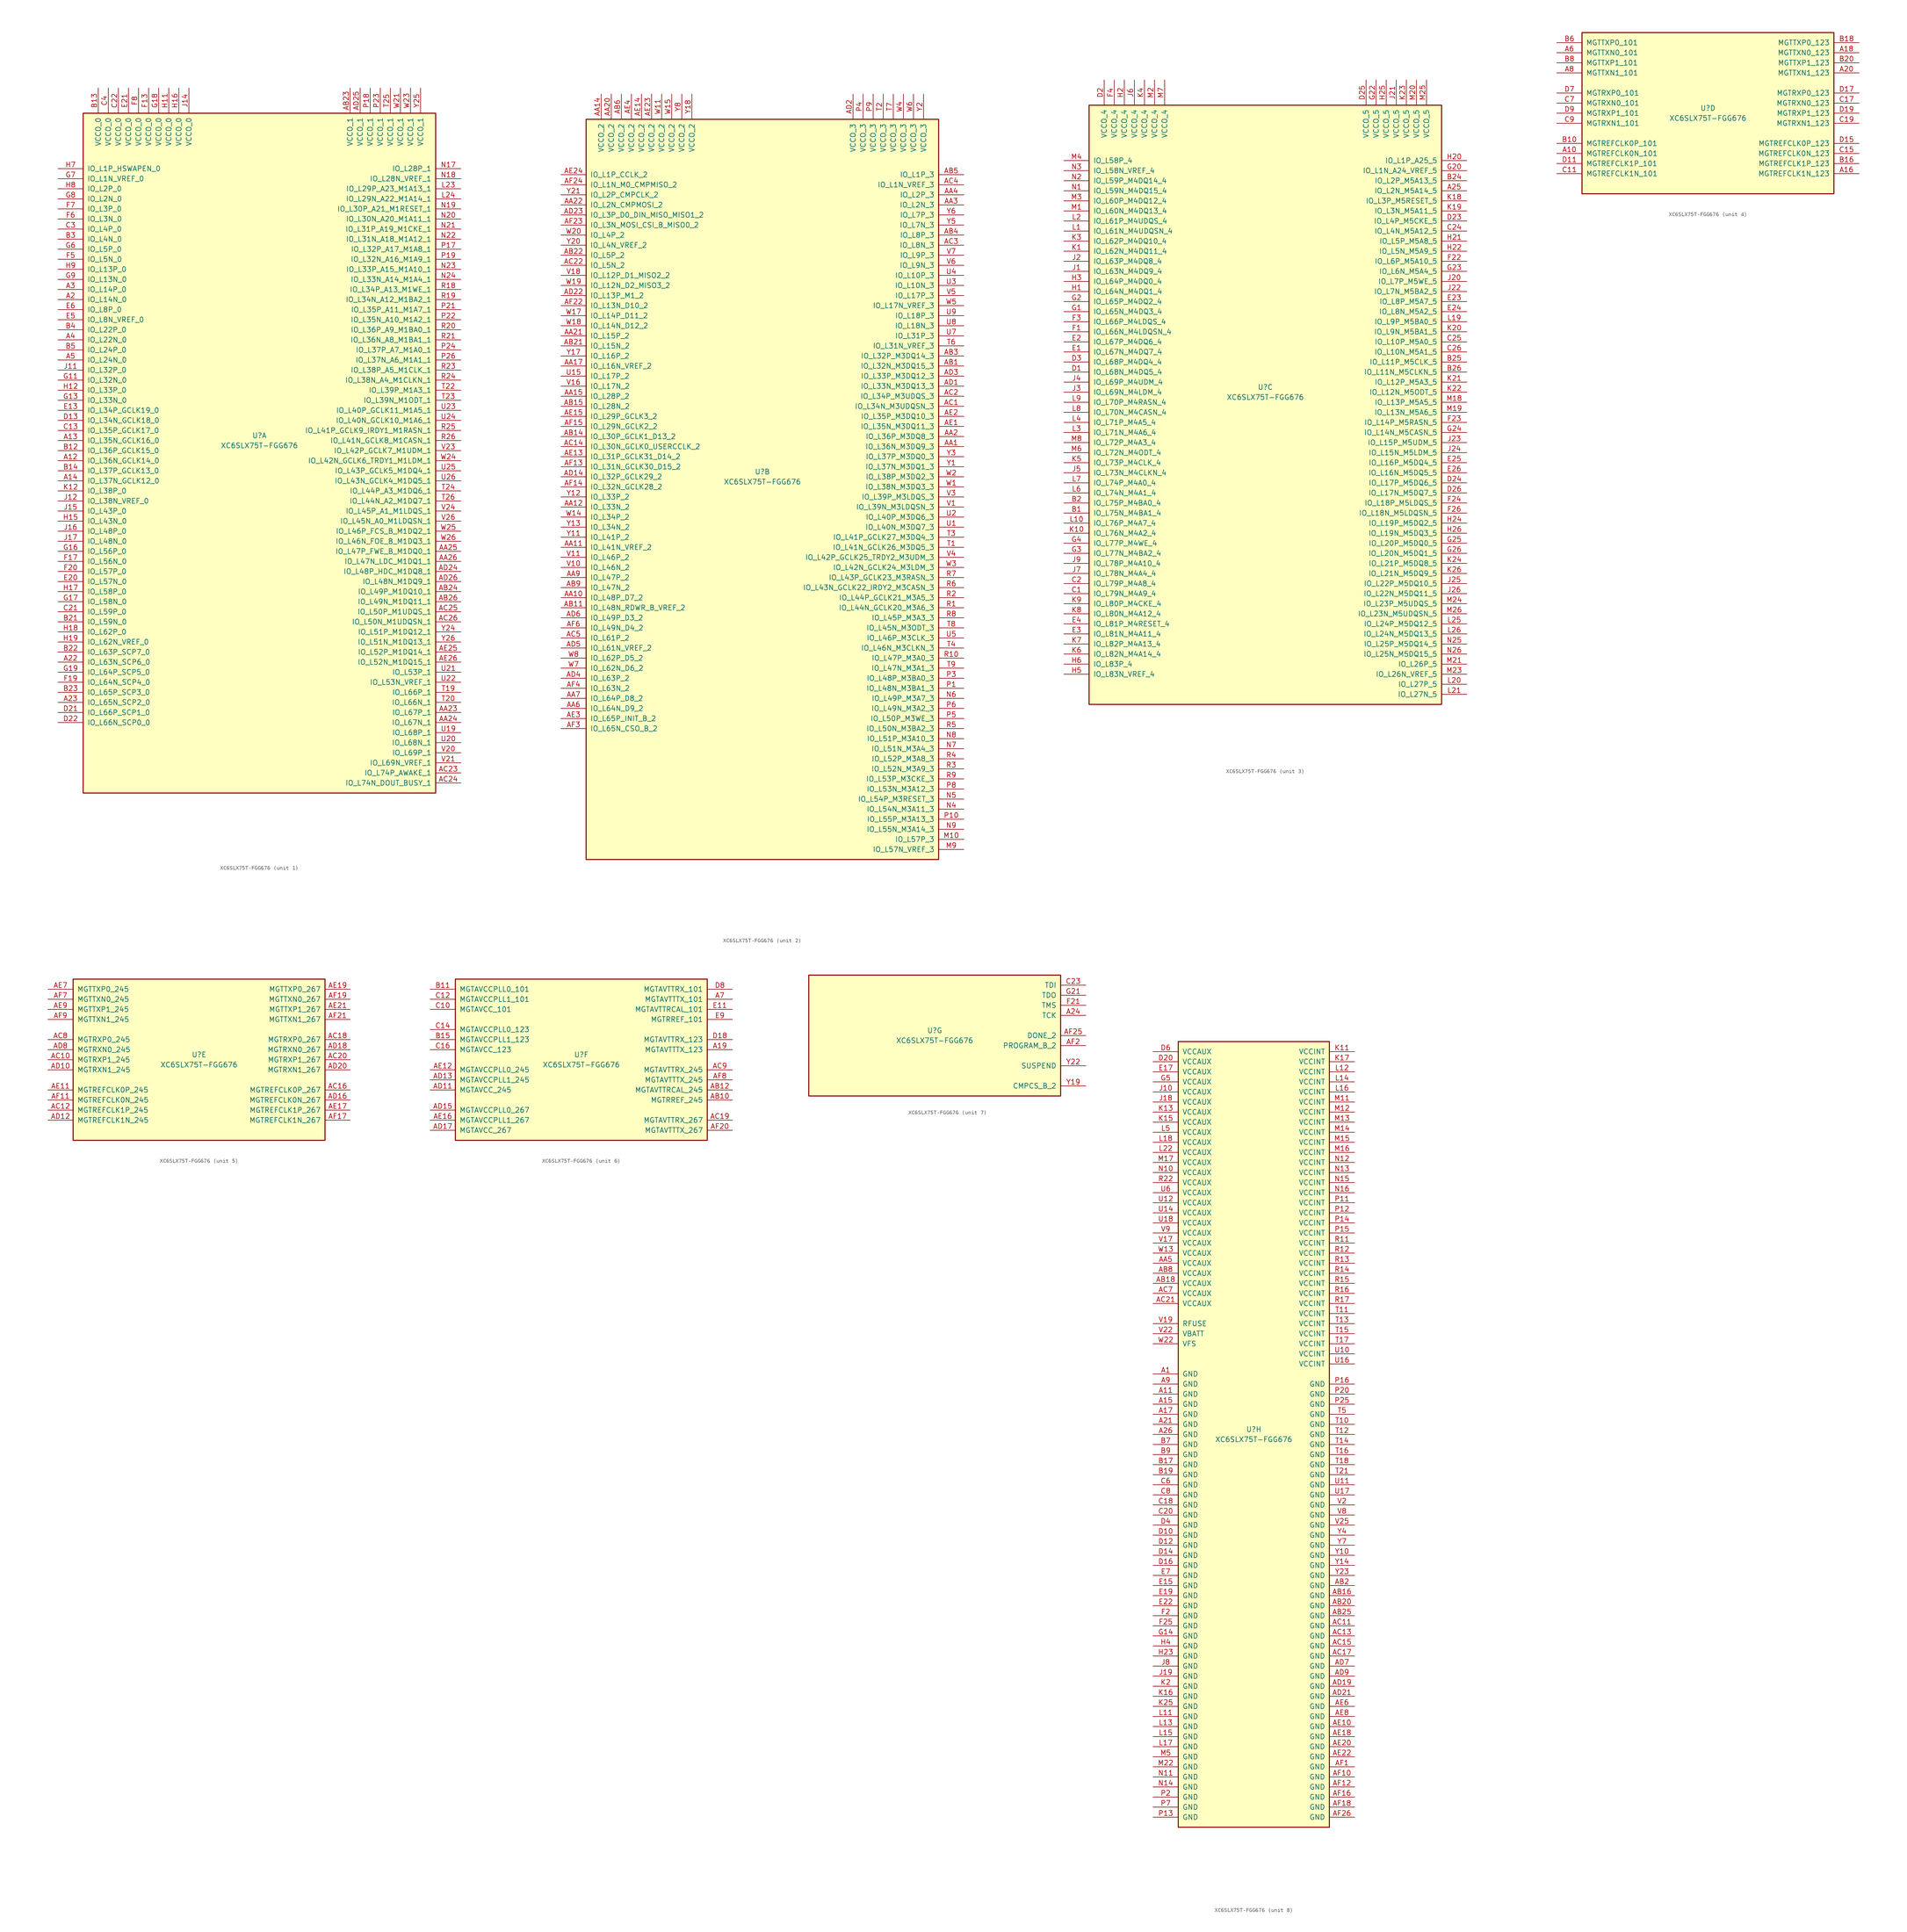
<source format=kicad_sym>
(kicad_symbol_lib
  (version 20201005)
  (generator kicad_symbol_editor)
  (symbol "XC6SLX75T-FGG676"
    (pin_names
      (offset 1.016))
    (property "Reference" "U"
      (at 0 1.27 0)
      (effects (font (size 1.27 1.27))))
    (property "Value" "XC6SLX75T-FGG676"
      (at 0 -1.27 0)
      (effects (font (size 1.27 1.27))))
    (property "Datasheet" ""
      (at 0 0 0)
      (effects (font (size 1.27 1.27))))
    (property "ki_locked" ""
      (at 0 0 0)
      (effects (font (size 1.27 1.27))))
    (symbol "XC6SLX75T-FGG676_1_1"
      (rectangle (start -44.45 82.55) (end 44.45 -88.9) (stroke (width 0.254)) (fill (type background)))
      (pin power_in line (at -40.64 88.9 270) (length 6.35) (name "VCCO_0" (effects (font (size 1.27 1.27)))) (number "B13" (effects (font (size 1.27 1.27)))))
      (pin power_in line (at -38.1 88.9 270) (length 6.35) (name "VCCO_0" (effects (font (size 1.27 1.27)))) (number "C4" (effects (font (size 1.27 1.27)))))
      (pin power_in line (at -35.56 88.9 270) (length 6.35) (name "VCCO_0" (effects (font (size 1.27 1.27)))) (number "C22" (effects (font (size 1.27 1.27)))))
      (pin power_in line (at -33.02 88.9 270) (length 6.35) (name "VCCO_0" (effects (font (size 1.27 1.27)))) (number "E21" (effects (font (size 1.27 1.27)))))
      (pin power_in line (at -30.48 88.9 270) (length 6.35) (name "VCCO_0" (effects (font (size 1.27 1.27)))) (number "F8" (effects (font (size 1.27 1.27)))))
      (pin power_in line (at -27.94 88.9 270) (length 6.35) (name "VCCO_0" (effects (font (size 1.27 1.27)))) (number "F13" (effects (font (size 1.27 1.27)))))
      (pin power_in line (at -25.4 88.9 270) (length 6.35) (name "VCCO_0" (effects (font (size 1.27 1.27)))) (number "G18" (effects (font (size 1.27 1.27)))))
      (pin power_in line (at -22.86 88.9 270) (length 6.35) (name "VCCO_0" (effects (font (size 1.27 1.27)))) (number "H11" (effects (font (size 1.27 1.27)))))
      (pin power_in line (at -20.32 88.9 270) (length 6.35) (name "VCCO_0" (effects (font (size 1.27 1.27)))) (number "H16" (effects (font (size 1.27 1.27)))))
      (pin power_in line (at -17.78 88.9 270) (length 6.35) (name "VCCO_0" (effects (font (size 1.27 1.27)))) (number "J14" (effects (font (size 1.27 1.27)))))
      (pin bidirectional line (at -50.8 68.58 0) (length 6.35) (name "IO_L1P_HSWAPEN_0" (effects (font (size 1.27 1.27)))) (number "H7" (effects (font (size 1.27 1.27)))))
      (pin bidirectional line (at -50.8 66.04 0) (length 6.35) (name "IO_L1N_VREF_0" (effects (font (size 1.27 1.27)))) (number "G7" (effects (font (size 1.27 1.27)))))
      (pin bidirectional line (at -50.8 63.5 0) (length 6.35) (name "IO_L2P_0" (effects (font (size 1.27 1.27)))) (number "H8" (effects (font (size 1.27 1.27)))))
      (pin bidirectional line (at -50.8 60.96 0) (length 6.35) (name "IO_L2N_0" (effects (font (size 1.27 1.27)))) (number "G8" (effects (font (size 1.27 1.27)))))
      (pin bidirectional line (at -50.8 58.42 0) (length 6.35) (name "IO_L3P_0" (effects (font (size 1.27 1.27)))) (number "F7" (effects (font (size 1.27 1.27)))))
      (pin bidirectional line (at -50.8 55.88 0) (length 6.35) (name "IO_L3N_0" (effects (font (size 1.27 1.27)))) (number "F6" (effects (font (size 1.27 1.27)))))
      (pin bidirectional line (at -50.8 53.34 0) (length 6.35) (name "IO_L4P_0" (effects (font (size 1.27 1.27)))) (number "C3" (effects (font (size 1.27 1.27)))))
      (pin bidirectional line (at -50.8 50.8 0) (length 6.35) (name "IO_L4N_0" (effects (font (size 1.27 1.27)))) (number "B3" (effects (font (size 1.27 1.27)))))
      (pin bidirectional line (at -50.8 48.26 0) (length 6.35) (name "IO_L5P_0" (effects (font (size 1.27 1.27)))) (number "G6" (effects (font (size 1.27 1.27)))))
      (pin bidirectional line (at -50.8 45.72 0) (length 6.35) (name "IO_L5N_0" (effects (font (size 1.27 1.27)))) (number "F5" (effects (font (size 1.27 1.27)))))
      (pin bidirectional line (at -50.8 43.18 0) (length 6.35) (name "IO_L13P_0" (effects (font (size 1.27 1.27)))) (number "H9" (effects (font (size 1.27 1.27)))))
      (pin bidirectional line (at -50.8 40.64 0) (length 6.35) (name "IO_L13N_0" (effects (font (size 1.27 1.27)))) (number "G9" (effects (font (size 1.27 1.27)))))
      (pin bidirectional line (at -50.8 38.1 0) (length 6.35) (name "IO_L14P_0" (effects (font (size 1.27 1.27)))) (number "A3" (effects (font (size 1.27 1.27)))))
      (pin bidirectional line (at -50.8 35.56 0) (length 6.35) (name "IO_L14N_0" (effects (font (size 1.27 1.27)))) (number "A2" (effects (font (size 1.27 1.27)))))
      (pin bidirectional line (at -50.8 33.02 0) (length 6.35) (name "IO_L8P_0" (effects (font (size 1.27 1.27)))) (number "E6" (effects (font (size 1.27 1.27)))))
      (pin bidirectional line (at -50.8 30.48 0) (length 6.35) (name "IO_L8N_VREF_0" (effects (font (size 1.27 1.27)))) (number "E5" (effects (font (size 1.27 1.27)))))
      (pin bidirectional line (at -50.8 27.94 0) (length 6.35) (name "IO_L22P_0" (effects (font (size 1.27 1.27)))) (number "B4" (effects (font (size 1.27 1.27)))))
      (pin bidirectional line (at -50.8 25.4 0) (length 6.35) (name "IO_L22N_0" (effects (font (size 1.27 1.27)))) (number "A4" (effects (font (size 1.27 1.27)))))
      (pin bidirectional line (at -50.8 22.86 0) (length 6.35) (name "IO_L24P_0" (effects (font (size 1.27 1.27)))) (number "B5" (effects (font (size 1.27 1.27)))))
      (pin bidirectional line (at -50.8 20.32 0) (length 6.35) (name "IO_L24N_0" (effects (font (size 1.27 1.27)))) (number "A5" (effects (font (size 1.27 1.27)))))
      (pin bidirectional line (at -50.8 17.78 0) (length 6.35) (name "IO_L32P_0" (effects (font (size 1.27 1.27)))) (number "J11" (effects (font (size 1.27 1.27)))))
      (pin bidirectional line (at -50.8 15.24 0) (length 6.35) (name "IO_L32N_0" (effects (font (size 1.27 1.27)))) (number "G11" (effects (font (size 1.27 1.27)))))
      (pin bidirectional line (at -50.8 12.7 0) (length 6.35) (name "IO_L33P_0" (effects (font (size 1.27 1.27)))) (number "H12" (effects (font (size 1.27 1.27)))))
      (pin bidirectional line (at -50.8 10.16 0) (length 6.35) (name "IO_L33N_0" (effects (font (size 1.27 1.27)))) (number "G13" (effects (font (size 1.27 1.27)))))
      (pin bidirectional line (at -50.8 7.62 0) (length 6.35) (name "IO_L34P_GCLK19_0" (effects (font (size 1.27 1.27)))) (number "E13" (effects (font (size 1.27 1.27)))))
      (pin bidirectional line (at -50.8 5.08 0) (length 6.35) (name "IO_L34N_GCLK18_0" (effects (font (size 1.27 1.27)))) (number "D13" (effects (font (size 1.27 1.27)))))
      (pin bidirectional line (at -50.8 2.54 0) (length 6.35) (name "IO_L35P_GCLK17_0" (effects (font (size 1.27 1.27)))) (number "C13" (effects (font (size 1.27 1.27)))))
      (pin bidirectional line (at -50.8 0 0) (length 6.35) (name "IO_L35N_GCLK16_0" (effects (font (size 1.27 1.27)))) (number "A13" (effects (font (size 1.27 1.27)))))
      (pin bidirectional line (at -50.8 -2.54 0) (length 6.35) (name "IO_L36P_GCLK15_0" (effects (font (size 1.27 1.27)))) (number "B12" (effects (font (size 1.27 1.27)))))
      (pin bidirectional line (at -50.8 -5.08 0) (length 6.35) (name "IO_L36N_GCLK14_0" (effects (font (size 1.27 1.27)))) (number "A12" (effects (font (size 1.27 1.27)))))
      (pin bidirectional line (at -50.8 -7.62 0) (length 6.35) (name "IO_L37P_GCLK13_0" (effects (font (size 1.27 1.27)))) (number "B14" (effects (font (size 1.27 1.27)))))
      (pin bidirectional line (at -50.8 -10.16 0) (length 6.35) (name "IO_L37N_GCLK12_0" (effects (font (size 1.27 1.27)))) (number "A14" (effects (font (size 1.27 1.27)))))
      (pin bidirectional line (at -50.8 -12.7 0) (length 6.35) (name "IO_L38P_0" (effects (font (size 1.27 1.27)))) (number "K12" (effects (font (size 1.27 1.27)))))
      (pin bidirectional line (at -50.8 -15.24 0) (length 6.35) (name "IO_L38N_VREF_0" (effects (font (size 1.27 1.27)))) (number "J12" (effects (font (size 1.27 1.27)))))
      (pin bidirectional line (at -50.8 -17.78 0) (length 6.35) (name "IO_L43P_0" (effects (font (size 1.27 1.27)))) (number "J15" (effects (font (size 1.27 1.27)))))
      (pin bidirectional line (at -50.8 -20.32 0) (length 6.35) (name "IO_L43N_0" (effects (font (size 1.27 1.27)))) (number "H15" (effects (font (size 1.27 1.27)))))
      (pin bidirectional line (at -50.8 -22.86 0) (length 6.35) (name "IO_L48P_0" (effects (font (size 1.27 1.27)))) (number "J16" (effects (font (size 1.27 1.27)))))
      (pin bidirectional line (at -50.8 -25.4 0) (length 6.35) (name "IO_L48N_0" (effects (font (size 1.27 1.27)))) (number "J17" (effects (font (size 1.27 1.27)))))
      (pin bidirectional line (at -50.8 -27.94 0) (length 6.35) (name "IO_L56P_0" (effects (font (size 1.27 1.27)))) (number "G16" (effects (font (size 1.27 1.27)))))
      (pin bidirectional line (at -50.8 -30.48 0) (length 6.35) (name "IO_L56N_0" (effects (font (size 1.27 1.27)))) (number "F17" (effects (font (size 1.27 1.27)))))
      (pin bidirectional line (at -50.8 -33.02 0) (length 6.35) (name "IO_L57P_0" (effects (font (size 1.27 1.27)))) (number "F20" (effects (font (size 1.27 1.27)))))
      (pin bidirectional line (at -50.8 -35.56 0) (length 6.35) (name "IO_L57N_0" (effects (font (size 1.27 1.27)))) (number "E20" (effects (font (size 1.27 1.27)))))
      (pin bidirectional line (at -50.8 -38.1 0) (length 6.35) (name "IO_L58P_0" (effects (font (size 1.27 1.27)))) (number "H17" (effects (font (size 1.27 1.27)))))
      (pin bidirectional line (at -50.8 -40.64 0) (length 6.35) (name "IO_L58N_0" (effects (font (size 1.27 1.27)))) (number "G17" (effects (font (size 1.27 1.27)))))
      (pin bidirectional line (at -50.8 -43.18 0) (length 6.35) (name "IO_L59P_0" (effects (font (size 1.27 1.27)))) (number "C21" (effects (font (size 1.27 1.27)))))
      (pin bidirectional line (at -50.8 -45.72 0) (length 6.35) (name "IO_L59N_0" (effects (font (size 1.27 1.27)))) (number "B21" (effects (font (size 1.27 1.27)))))
      (pin bidirectional line (at -50.8 -48.26 0) (length 6.35) (name "IO_L62P_0" (effects (font (size 1.27 1.27)))) (number "H18" (effects (font (size 1.27 1.27)))))
      (pin bidirectional line (at -50.8 -50.8 0) (length 6.35) (name "IO_L62N_VREF_0" (effects (font (size 1.27 1.27)))) (number "H19" (effects (font (size 1.27 1.27)))))
      (pin bidirectional line (at -50.8 -53.34 0) (length 6.35) (name "IO_L63P_SCP7_0" (effects (font (size 1.27 1.27)))) (number "B22" (effects (font (size 1.27 1.27)))))
      (pin bidirectional line (at -50.8 -55.88 0) (length 6.35) (name "IO_L63N_SCP6_0" (effects (font (size 1.27 1.27)))) (number "A22" (effects (font (size 1.27 1.27)))))
      (pin bidirectional line (at -50.8 -58.42 0) (length 6.35) (name "IO_L64P_SCP5_0" (effects (font (size 1.27 1.27)))) (number "G19" (effects (font (size 1.27 1.27)))))
      (pin bidirectional line (at -50.8 -60.96 0) (length 6.35) (name "IO_L64N_SCP4_0" (effects (font (size 1.27 1.27)))) (number "F19" (effects (font (size 1.27 1.27)))))
      (pin bidirectional line (at -50.8 -63.5 0) (length 6.35) (name "IO_L65P_SCP3_0" (effects (font (size 1.27 1.27)))) (number "B23" (effects (font (size 1.27 1.27)))))
      (pin bidirectional line (at -50.8 -66.04 0) (length 6.35) (name "IO_L65N_SCP2_0" (effects (font (size 1.27 1.27)))) (number "A23" (effects (font (size 1.27 1.27)))))
      (pin bidirectional line (at -50.8 -68.58 0) (length 6.35) (name "IO_L66P_SCP1_0" (effects (font (size 1.27 1.27)))) (number "D21" (effects (font (size 1.27 1.27)))))
      (pin bidirectional line (at -50.8 -71.12 0) (length 6.35) (name "IO_L66N_SCP0_0" (effects (font (size 1.27 1.27)))) (number "D22" (effects (font (size 1.27 1.27)))))
      (pin power_in line (at 22.86 88.9 270) (length 6.35) (name "VCCO_1" (effects (font (size 1.27 1.27)))) (number "AB23" (effects (font (size 1.27 1.27)))))
      (pin power_in line (at 25.4 88.9 270) (length 6.35) (name "VCCO_1" (effects (font (size 1.27 1.27)))) (number "AD25" (effects (font (size 1.27 1.27)))))
      (pin power_in line (at 27.94 88.9 270) (length 6.35) (name "VCCO_1" (effects (font (size 1.27 1.27)))) (number "P18" (effects (font (size 1.27 1.27)))))
      (pin power_in line (at 30.48 88.9 270) (length 6.35) (name "VCCO_1" (effects (font (size 1.27 1.27)))) (number "P23" (effects (font (size 1.27 1.27)))))
      (pin power_in line (at 33.02 88.9 270) (length 6.35) (name "VCCO_1" (effects (font (size 1.27 1.27)))) (number "T25" (effects (font (size 1.27 1.27)))))
      (pin power_in line (at 35.56 88.9 270) (length 6.35) (name "VCCO_1" (effects (font (size 1.27 1.27)))) (number "W21" (effects (font (size 1.27 1.27)))))
      (pin power_in line (at 38.1 88.9 270) (length 6.35) (name "VCCO_1" (effects (font (size 1.27 1.27)))) (number "W23" (effects (font (size 1.27 1.27)))))
      (pin power_in line (at 40.64 88.9 270) (length 6.35) (name "VCCO_1" (effects (font (size 1.27 1.27)))) (number "Y25" (effects (font (size 1.27 1.27)))))
      (pin bidirectional line (at 50.8 68.58 180) (length 6.35) (name "IO_L28P_1" (effects (font (size 1.27 1.27)))) (number "N17" (effects (font (size 1.27 1.27)))))
      (pin bidirectional line (at 50.8 66.04 180) (length 6.35) (name "IO_L28N_VREF_1" (effects (font (size 1.27 1.27)))) (number "N18" (effects (font (size 1.27 1.27)))))
      (pin bidirectional line (at 50.8 63.5 180) (length 6.35) (name "IO_L29P_A23_M1A13_1" (effects (font (size 1.27 1.27)))) (number "L23" (effects (font (size 1.27 1.27)))))
      (pin bidirectional line (at 50.8 60.96 180) (length 6.35) (name "IO_L29N_A22_M1A14_1" (effects (font (size 1.27 1.27)))) (number "L24" (effects (font (size 1.27 1.27)))))
      (pin bidirectional line (at 50.8 58.42 180) (length 6.35) (name "IO_L30P_A21_M1RESET_1" (effects (font (size 1.27 1.27)))) (number "N19" (effects (font (size 1.27 1.27)))))
      (pin bidirectional line (at 50.8 55.88 180) (length 6.35) (name "IO_L30N_A20_M1A11_1" (effects (font (size 1.27 1.27)))) (number "N20" (effects (font (size 1.27 1.27)))))
      (pin bidirectional line (at 50.8 53.34 180) (length 6.35) (name "IO_L31P_A19_M1CKE_1" (effects (font (size 1.27 1.27)))) (number "N21" (effects (font (size 1.27 1.27)))))
      (pin bidirectional line (at 50.8 50.8 180) (length 6.35) (name "IO_L31N_A18_M1A12_1" (effects (font (size 1.27 1.27)))) (number "N22" (effects (font (size 1.27 1.27)))))
      (pin bidirectional line (at 50.8 48.26 180) (length 6.35) (name "IO_L32P_A17_M1A8_1" (effects (font (size 1.27 1.27)))) (number "P17" (effects (font (size 1.27 1.27)))))
      (pin bidirectional line (at 50.8 45.72 180) (length 6.35) (name "IO_L32N_A16_M1A9_1" (effects (font (size 1.27 1.27)))) (number "P19" (effects (font (size 1.27 1.27)))))
      (pin bidirectional line (at 50.8 43.18 180) (length 6.35) (name "IO_L33P_A15_M1A10_1" (effects (font (size 1.27 1.27)))) (number "N23" (effects (font (size 1.27 1.27)))))
      (pin bidirectional line (at 50.8 40.64 180) (length 6.35) (name "IO_L33N_A14_M1A4_1" (effects (font (size 1.27 1.27)))) (number "N24" (effects (font (size 1.27 1.27)))))
      (pin bidirectional line (at 50.8 38.1 180) (length 6.35) (name "IO_L34P_A13_M1WE_1" (effects (font (size 1.27 1.27)))) (number "R18" (effects (font (size 1.27 1.27)))))
      (pin bidirectional line (at 50.8 35.56 180) (length 6.35) (name "IO_L34N_A12_M1BA2_1" (effects (font (size 1.27 1.27)))) (number "R19" (effects (font (size 1.27 1.27)))))
      (pin bidirectional line (at 50.8 33.02 180) (length 6.35) (name "IO_L35P_A11_M1A7_1" (effects (font (size 1.27 1.27)))) (number "P21" (effects (font (size 1.27 1.27)))))
      (pin bidirectional line (at 50.8 30.48 180) (length 6.35) (name "IO_L35N_A10_M1A2_1" (effects (font (size 1.27 1.27)))) (number "P22" (effects (font (size 1.27 1.27)))))
      (pin bidirectional line (at 50.8 27.94 180) (length 6.35) (name "IO_L36P_A9_M1BA0_1" (effects (font (size 1.27 1.27)))) (number "R20" (effects (font (size 1.27 1.27)))))
      (pin bidirectional line (at 50.8 25.4 180) (length 6.35) (name "IO_L36N_A8_M1BA1_1" (effects (font (size 1.27 1.27)))) (number "R21" (effects (font (size 1.27 1.27)))))
      (pin bidirectional line (at 50.8 22.86 180) (length 6.35) (name "IO_L37P_A7_M1A0_1" (effects (font (size 1.27 1.27)))) (number "P24" (effects (font (size 1.27 1.27)))))
      (pin bidirectional line (at 50.8 20.32 180) (length 6.35) (name "IO_L37N_A6_M1A1_1" (effects (font (size 1.27 1.27)))) (number "P26" (effects (font (size 1.27 1.27)))))
      (pin bidirectional line (at 50.8 17.78 180) (length 6.35) (name "IO_L38P_A5_M1CLK_1" (effects (font (size 1.27 1.27)))) (number "R23" (effects (font (size 1.27 1.27)))))
      (pin bidirectional line (at 50.8 15.24 180) (length 6.35) (name "IO_L38N_A4_M1CLKN_1" (effects (font (size 1.27 1.27)))) (number "R24" (effects (font (size 1.27 1.27)))))
      (pin bidirectional line (at 50.8 12.7 180) (length 6.35) (name "IO_L39P_M1A3_1" (effects (font (size 1.27 1.27)))) (number "T22" (effects (font (size 1.27 1.27)))))
      (pin bidirectional line (at 50.8 10.16 180) (length 6.35) (name "IO_L39N_M1ODT_1" (effects (font (size 1.27 1.27)))) (number "T23" (effects (font (size 1.27 1.27)))))
      (pin bidirectional line (at 50.8 7.62 180) (length 6.35) (name "IO_L40P_GCLK11_M1A5_1" (effects (font (size 1.27 1.27)))) (number "U23" (effects (font (size 1.27 1.27)))))
      (pin bidirectional line (at 50.8 5.08 180) (length 6.35) (name "IO_L40N_GCLK10_M1A6_1" (effects (font (size 1.27 1.27)))) (number "U24" (effects (font (size 1.27 1.27)))))
      (pin bidirectional line (at 50.8 2.54 180) (length 6.35) (name "IO_L41P_GCLK9_IRDY1_M1RASN_1" (effects (font (size 1.27 1.27)))) (number "R25" (effects (font (size 1.27 1.27)))))
      (pin bidirectional line (at 50.8 0 180) (length 6.35) (name "IO_L41N_GCLK8_M1CASN_1" (effects (font (size 1.27 1.27)))) (number "R26" (effects (font (size 1.27 1.27)))))
      (pin bidirectional line (at 50.8 -2.54 180) (length 6.35) (name "IO_L42P_GCLK7_M1UDM_1" (effects (font (size 1.27 1.27)))) (number "V23" (effects (font (size 1.27 1.27)))))
      (pin bidirectional line (at 50.8 -5.08 180) (length 6.35) (name "IO_L42N_GCLK6_TRDY1_M1LDM_1" (effects (font (size 1.27 1.27)))) (number "W24" (effects (font (size 1.27 1.27)))))
      (pin bidirectional line (at 50.8 -7.62 180) (length 6.35) (name "IO_L43P_GCLK5_M1DQ4_1" (effects (font (size 1.27 1.27)))) (number "U25" (effects (font (size 1.27 1.27)))))
      (pin bidirectional line (at 50.8 -10.16 180) (length 6.35) (name "IO_L43N_GCLK4_M1DQ5_1" (effects (font (size 1.27 1.27)))) (number "U26" (effects (font (size 1.27 1.27)))))
      (pin bidirectional line (at 50.8 -12.7 180) (length 6.35) (name "IO_L44P_A3_M1DQ6_1" (effects (font (size 1.27 1.27)))) (number "T24" (effects (font (size 1.27 1.27)))))
      (pin bidirectional line (at 50.8 -15.24 180) (length 6.35) (name "IO_L44N_A2_M1DQ7_1" (effects (font (size 1.27 1.27)))) (number "T26" (effects (font (size 1.27 1.27)))))
      (pin bidirectional line (at 50.8 -17.78 180) (length 6.35) (name "IO_L45P_A1_M1LDQS_1" (effects (font (size 1.27 1.27)))) (number "V24" (effects (font (size 1.27 1.27)))))
      (pin bidirectional line (at 50.8 -20.32 180) (length 6.35) (name "IO_L45N_A0_M1LDQSN_1" (effects (font (size 1.27 1.27)))) (number "V26" (effects (font (size 1.27 1.27)))))
      (pin bidirectional line (at 50.8 -22.86 180) (length 6.35) (name "IO_L46P_FCS_B_M1DQ2_1" (effects (font (size 1.27 1.27)))) (number "W25" (effects (font (size 1.27 1.27)))))
      (pin bidirectional line (at 50.8 -25.4 180) (length 6.35) (name "IO_L46N_FOE_B_M1DQ3_1" (effects (font (size 1.27 1.27)))) (number "W26" (effects (font (size 1.27 1.27)))))
      (pin bidirectional line (at 50.8 -27.94 180) (length 6.35) (name "IO_L47P_FWE_B_M1DQ0_1" (effects (font (size 1.27 1.27)))) (number "AA25" (effects (font (size 1.27 1.27)))))
      (pin bidirectional line (at 50.8 -30.48 180) (length 6.35) (name "IO_L47N_LDC_M1DQ1_1" (effects (font (size 1.27 1.27)))) (number "AA26" (effects (font (size 1.27 1.27)))))
      (pin bidirectional line (at 50.8 -33.02 180) (length 6.35) (name "IO_L48P_HDC_M1DQ8_1" (effects (font (size 1.27 1.27)))) (number "AD24" (effects (font (size 1.27 1.27)))))
      (pin bidirectional line (at 50.8 -35.56 180) (length 6.35) (name "IO_L48N_M1DQ9_1" (effects (font (size 1.27 1.27)))) (number "AD26" (effects (font (size 1.27 1.27)))))
      (pin bidirectional line (at 50.8 -38.1 180) (length 6.35) (name "IO_L49P_M1DQ10_1" (effects (font (size 1.27 1.27)))) (number "AB24" (effects (font (size 1.27 1.27)))))
      (pin bidirectional line (at 50.8 -40.64 180) (length 6.35) (name "IO_L49N_M1DQ11_1" (effects (font (size 1.27 1.27)))) (number "AB26" (effects (font (size 1.27 1.27)))))
      (pin bidirectional line (at 50.8 -43.18 180) (length 6.35) (name "IO_L50P_M1UDQS_1" (effects (font (size 1.27 1.27)))) (number "AC25" (effects (font (size 1.27 1.27)))))
      (pin bidirectional line (at 50.8 -45.72 180) (length 6.35) (name "IO_L50N_M1UDQSN_1" (effects (font (size 1.27 1.27)))) (number "AC26" (effects (font (size 1.27 1.27)))))
      (pin bidirectional line (at 50.8 -48.26 180) (length 6.35) (name "IO_L51P_M1DQ12_1" (effects (font (size 1.27 1.27)))) (number "Y24" (effects (font (size 1.27 1.27)))))
      (pin bidirectional line (at 50.8 -50.8 180) (length 6.35) (name "IO_L51N_M1DQ13_1" (effects (font (size 1.27 1.27)))) (number "Y26" (effects (font (size 1.27 1.27)))))
      (pin bidirectional line (at 50.8 -53.34 180) (length 6.35) (name "IO_L52P_M1DQ14_1" (effects (font (size 1.27 1.27)))) (number "AE25" (effects (font (size 1.27 1.27)))))
      (pin bidirectional line (at 50.8 -55.88 180) (length 6.35) (name "IO_L52N_M1DQ15_1" (effects (font (size 1.27 1.27)))) (number "AE26" (effects (font (size 1.27 1.27)))))
      (pin bidirectional line (at 50.8 -58.42 180) (length 6.35) (name "IO_L53P_1" (effects (font (size 1.27 1.27)))) (number "U21" (effects (font (size 1.27 1.27)))))
      (pin bidirectional line (at 50.8 -60.96 180) (length 6.35) (name "IO_L53N_VREF_1" (effects (font (size 1.27 1.27)))) (number "U22" (effects (font (size 1.27 1.27)))))
      (pin bidirectional line (at 50.8 -63.5 180) (length 6.35) (name "IO_L66P_1" (effects (font (size 1.27 1.27)))) (number "T19" (effects (font (size 1.27 1.27)))))
      (pin bidirectional line (at 50.8 -66.04 180) (length 6.35) (name "IO_L66N_1" (effects (font (size 1.27 1.27)))) (number "T20" (effects (font (size 1.27 1.27)))))
      (pin bidirectional line (at 50.8 -68.58 180) (length 6.35) (name "IO_L67P_1" (effects (font (size 1.27 1.27)))) (number "AA23" (effects (font (size 1.27 1.27)))))
      (pin bidirectional line (at 50.8 -71.12 180) (length 6.35) (name "IO_L67N_1" (effects (font (size 1.27 1.27)))) (number "AA24" (effects (font (size 1.27 1.27)))))
      (pin bidirectional line (at 50.8 -73.66 180) (length 6.35) (name "IO_L68P_1" (effects (font (size 1.27 1.27)))) (number "U19" (effects (font (size 1.27 1.27)))))
      (pin bidirectional line (at 50.8 -76.2 180) (length 6.35) (name "IO_L68N_1" (effects (font (size 1.27 1.27)))) (number "U20" (effects (font (size 1.27 1.27)))))
      (pin bidirectional line (at 50.8 -78.74 180) (length 6.35) (name "IO_L69P_1" (effects (font (size 1.27 1.27)))) (number "V20" (effects (font (size 1.27 1.27)))))
      (pin bidirectional line (at 50.8 -81.28 180) (length 6.35) (name "IO_L69N_VREF_1" (effects (font (size 1.27 1.27)))) (number "V21" (effects (font (size 1.27 1.27)))))
      (pin bidirectional line (at 50.8 -83.82 180) (length 6.35) (name "IO_L74P_AWAKE_1" (effects (font (size 1.27 1.27)))) (number "AC23" (effects (font (size 1.27 1.27)))))
      (pin bidirectional line (at 50.8 -86.36 180) (length 6.35) (name "IO_L74N_DOUT_BUSY_1" (effects (font (size 1.27 1.27)))) (number "AC24" (effects (font (size 1.27 1.27))))))
    (symbol "XC6SLX75T-FGG676_2_1"
      (rectangle (start -44.45 90.17) (end 44.45 -96.52) (stroke (width 0.254)) (fill (type background)))
      (pin power_in line (at -40.64 96.52 270) (length 6.35) (name "VCCO_2" (effects (font (size 1.27 1.27)))) (number "AA14" (effects (font (size 1.27 1.27)))))
      (pin power_in line (at -38.1 96.52 270) (length 6.35) (name "VCCO_2" (effects (font (size 1.27 1.27)))) (number "AA20" (effects (font (size 1.27 1.27)))))
      (pin power_in line (at -35.56 96.52 270) (length 6.35) (name "VCCO_2" (effects (font (size 1.27 1.27)))) (number "AB6" (effects (font (size 1.27 1.27)))))
      (pin power_in line (at -33.02 96.52 270) (length 6.35) (name "VCCO_2" (effects (font (size 1.27 1.27)))) (number "AE4" (effects (font (size 1.27 1.27)))))
      (pin power_in line (at -30.48 96.52 270) (length 6.35) (name "VCCO_2" (effects (font (size 1.27 1.27)))) (number "AE14" (effects (font (size 1.27 1.27)))))
      (pin power_in line (at -27.94 96.52 270) (length 6.35) (name "VCCO_2" (effects (font (size 1.27 1.27)))) (number "AE23" (effects (font (size 1.27 1.27)))))
      (pin power_in line (at -25.4 96.52 270) (length 6.35) (name "VCCO_2" (effects (font (size 1.27 1.27)))) (number "W11" (effects (font (size 1.27 1.27)))))
      (pin power_in line (at -22.86 96.52 270) (length 6.35) (name "VCCO_2" (effects (font (size 1.27 1.27)))) (number "W15" (effects (font (size 1.27 1.27)))))
      (pin power_in line (at -20.32 96.52 270) (length 6.35) (name "VCCO_2" (effects (font (size 1.27 1.27)))) (number "Y8" (effects (font (size 1.27 1.27)))))
      (pin power_in line (at -17.78 96.52 270) (length 6.35) (name "VCCO_2" (effects (font (size 1.27 1.27)))) (number "Y18" (effects (font (size 1.27 1.27)))))
      (pin bidirectional line (at -50.8 76.2 0) (length 6.35) (name "IO_L1P_CCLK_2" (effects (font (size 1.27 1.27)))) (number "AE24" (effects (font (size 1.27 1.27)))))
      (pin bidirectional line (at -50.8 73.66 0) (length 6.35) (name "IO_L1N_M0_CMPMISO_2" (effects (font (size 1.27 1.27)))) (number "AF24" (effects (font (size 1.27 1.27)))))
      (pin bidirectional line (at -50.8 71.12 0) (length 6.35) (name "IO_L2P_CMPCLK_2" (effects (font (size 1.27 1.27)))) (number "Y21" (effects (font (size 1.27 1.27)))))
      (pin bidirectional line (at -50.8 68.58 0) (length 6.35) (name "IO_L2N_CMPMOSI_2" (effects (font (size 1.27 1.27)))) (number "AA22" (effects (font (size 1.27 1.27)))))
      (pin bidirectional line (at -50.8 66.04 0) (length 6.35) (name "IO_L3P_D0_DIN_MISO_MISO1_2" (effects (font (size 1.27 1.27)))) (number "AD23" (effects (font (size 1.27 1.27)))))
      (pin bidirectional line (at -50.8 63.5 0) (length 6.35) (name "IO_L3N_MOSI_CSI_B_MISO0_2" (effects (font (size 1.27 1.27)))) (number "AF23" (effects (font (size 1.27 1.27)))))
      (pin bidirectional line (at -50.8 60.96 0) (length 6.35) (name "IO_L4P_2" (effects (font (size 1.27 1.27)))) (number "W20" (effects (font (size 1.27 1.27)))))
      (pin bidirectional line (at -50.8 58.42 0) (length 6.35) (name "IO_L4N_VREF_2" (effects (font (size 1.27 1.27)))) (number "Y20" (effects (font (size 1.27 1.27)))))
      (pin bidirectional line (at -50.8 55.88 0) (length 6.35) (name "IO_L5P_2" (effects (font (size 1.27 1.27)))) (number "AB22" (effects (font (size 1.27 1.27)))))
      (pin bidirectional line (at -50.8 53.34 0) (length 6.35) (name "IO_L5N_2" (effects (font (size 1.27 1.27)))) (number "AC22" (effects (font (size 1.27 1.27)))))
      (pin bidirectional line (at -50.8 50.8 0) (length 6.35) (name "IO_L12P_D1_MISO2_2" (effects (font (size 1.27 1.27)))) (number "V18" (effects (font (size 1.27 1.27)))))
      (pin bidirectional line (at -50.8 48.26 0) (length 6.35) (name "IO_L12N_D2_MISO3_2" (effects (font (size 1.27 1.27)))) (number "W19" (effects (font (size 1.27 1.27)))))
      (pin bidirectional line (at -50.8 45.72 0) (length 6.35) (name "IO_L13P_M1_2" (effects (font (size 1.27 1.27)))) (number "AD22" (effects (font (size 1.27 1.27)))))
      (pin bidirectional line (at -50.8 43.18 0) (length 6.35) (name "IO_L13N_D10_2" (effects (font (size 1.27 1.27)))) (number "AF22" (effects (font (size 1.27 1.27)))))
      (pin bidirectional line (at -50.8 40.64 0) (length 6.35) (name "IO_L14P_D11_2" (effects (font (size 1.27 1.27)))) (number "W17" (effects (font (size 1.27 1.27)))))
      (pin bidirectional line (at -50.8 38.1 0) (length 6.35) (name "IO_L14N_D12_2" (effects (font (size 1.27 1.27)))) (number "W18" (effects (font (size 1.27 1.27)))))
      (pin bidirectional line (at -50.8 35.56 0) (length 6.35) (name "IO_L15P_2" (effects (font (size 1.27 1.27)))) (number "AA21" (effects (font (size 1.27 1.27)))))
      (pin bidirectional line (at -50.8 33.02 0) (length 6.35) (name "IO_L15N_2" (effects (font (size 1.27 1.27)))) (number "AB21" (effects (font (size 1.27 1.27)))))
      (pin bidirectional line (at -50.8 30.48 0) (length 6.35) (name "IO_L16P_2" (effects (font (size 1.27 1.27)))) (number "Y17" (effects (font (size 1.27 1.27)))))
      (pin bidirectional line (at -50.8 27.94 0) (length 6.35) (name "IO_L16N_VREF_2" (effects (font (size 1.27 1.27)))) (number "AA17" (effects (font (size 1.27 1.27)))))
      (pin bidirectional line (at -50.8 25.4 0) (length 6.35) (name "IO_L17P_2" (effects (font (size 1.27 1.27)))) (number "U15" (effects (font (size 1.27 1.27)))))
      (pin bidirectional line (at -50.8 22.86 0) (length 6.35) (name "IO_L17N_2" (effects (font (size 1.27 1.27)))) (number "V16" (effects (font (size 1.27 1.27)))))
      (pin bidirectional line (at -50.8 20.32 0) (length 6.35) (name "IO_L28P_2" (effects (font (size 1.27 1.27)))) (number "AA15" (effects (font (size 1.27 1.27)))))
      (pin bidirectional line (at -50.8 17.78 0) (length 6.35) (name "IO_L28N_2" (effects (font (size 1.27 1.27)))) (number "AB15" (effects (font (size 1.27 1.27)))))
      (pin bidirectional line (at -50.8 15.24 0) (length 6.35) (name "IO_L29P_GCLK3_2" (effects (font (size 1.27 1.27)))) (number "AE15" (effects (font (size 1.27 1.27)))))
      (pin bidirectional line (at -50.8 12.7 0) (length 6.35) (name "IO_L29N_GCLK2_2" (effects (font (size 1.27 1.27)))) (number "AF15" (effects (font (size 1.27 1.27)))))
      (pin bidirectional line (at -50.8 10.16 0) (length 6.35) (name "IO_L30P_GCLK1_D13_2" (effects (font (size 1.27 1.27)))) (number "AB14" (effects (font (size 1.27 1.27)))))
      (pin bidirectional line (at -50.8 7.62 0) (length 6.35) (name "IO_L30N_GCLK0_USERCCLK_2" (effects (font (size 1.27 1.27)))) (number "AC14" (effects (font (size 1.27 1.27)))))
      (pin bidirectional line (at -50.8 5.08 0) (length 6.35) (name "IO_L31P_GCLK31_D14_2" (effects (font (size 1.27 1.27)))) (number "AE13" (effects (font (size 1.27 1.27)))))
      (pin bidirectional line (at -50.8 2.54 0) (length 6.35) (name "IO_L31N_GCLK30_D15_2" (effects (font (size 1.27 1.27)))) (number "AF13" (effects (font (size 1.27 1.27)))))
      (pin bidirectional line (at -50.8 0 0) (length 6.35) (name "IO_L32P_GCLK29_2" (effects (font (size 1.27 1.27)))) (number "AD14" (effects (font (size 1.27 1.27)))))
      (pin bidirectional line (at -50.8 -2.54 0) (length 6.35) (name "IO_L32N_GCLK28_2" (effects (font (size 1.27 1.27)))) (number "AF14" (effects (font (size 1.27 1.27)))))
      (pin bidirectional line (at -50.8 -5.08 0) (length 6.35) (name "IO_L33P_2" (effects (font (size 1.27 1.27)))) (number "Y12" (effects (font (size 1.27 1.27)))))
      (pin bidirectional line (at -50.8 -7.62 0) (length 6.35) (name "IO_L33N_2" (effects (font (size 1.27 1.27)))) (number "AA12" (effects (font (size 1.27 1.27)))))
      (pin bidirectional line (at -50.8 -10.16 0) (length 6.35) (name "IO_L34P_2" (effects (font (size 1.27 1.27)))) (number "W14" (effects (font (size 1.27 1.27)))))
      (pin bidirectional line (at -50.8 -12.7 0) (length 6.35) (name "IO_L34N_2" (effects (font (size 1.27 1.27)))) (number "Y13" (effects (font (size 1.27 1.27)))))
      (pin bidirectional line (at -50.8 -15.24 0) (length 6.35) (name "IO_L41P_2" (effects (font (size 1.27 1.27)))) (number "Y11" (effects (font (size 1.27 1.27)))))
      (pin bidirectional line (at -50.8 -17.78 0) (length 6.35) (name "IO_L41N_VREF_2" (effects (font (size 1.27 1.27)))) (number "AA11" (effects (font (size 1.27 1.27)))))
      (pin bidirectional line (at -50.8 -20.32 0) (length 6.35) (name "IO_L46P_2" (effects (font (size 1.27 1.27)))) (number "V11" (effects (font (size 1.27 1.27)))))
      (pin bidirectional line (at -50.8 -22.86 0) (length 6.35) (name "IO_L46N_2" (effects (font (size 1.27 1.27)))) (number "V10" (effects (font (size 1.27 1.27)))))
      (pin bidirectional line (at -50.8 -25.4 0) (length 6.35) (name "IO_L47P_2" (effects (font (size 1.27 1.27)))) (number "AA9" (effects (font (size 1.27 1.27)))))
      (pin bidirectional line (at -50.8 -27.94 0) (length 6.35) (name "IO_L47N_2" (effects (font (size 1.27 1.27)))) (number "AB9" (effects (font (size 1.27 1.27)))))
      (pin bidirectional line (at -50.8 -30.48 0) (length 6.35) (name "IO_L48P_D7_2" (effects (font (size 1.27 1.27)))) (number "AA10" (effects (font (size 1.27 1.27)))))
      (pin bidirectional line (at -50.8 -33.02 0) (length 6.35) (name "IO_L48N_RDWR_B_VREF_2" (effects (font (size 1.27 1.27)))) (number "AB11" (effects (font (size 1.27 1.27)))))
      (pin bidirectional line (at -50.8 -35.56 0) (length 6.35) (name "IO_L49P_D3_2" (effects (font (size 1.27 1.27)))) (number "AD6" (effects (font (size 1.27 1.27)))))
      (pin bidirectional line (at -50.8 -38.1 0) (length 6.35) (name "IO_L49N_D4_2" (effects (font (size 1.27 1.27)))) (number "AF6" (effects (font (size 1.27 1.27)))))
      (pin bidirectional line (at -50.8 -40.64 0) (length 6.35) (name "IO_L61P_2" (effects (font (size 1.27 1.27)))) (number "AC5" (effects (font (size 1.27 1.27)))))
      (pin bidirectional line (at -50.8 -43.18 0) (length 6.35) (name "IO_L61N_VREF_2" (effects (font (size 1.27 1.27)))) (number "AD5" (effects (font (size 1.27 1.27)))))
      (pin bidirectional line (at -50.8 -45.72 0) (length 6.35) (name "IO_L62P_D5_2" (effects (font (size 1.27 1.27)))) (number "W8" (effects (font (size 1.27 1.27)))))
      (pin bidirectional line (at -50.8 -48.26 0) (length 6.35) (name "IO_L62N_D6_2" (effects (font (size 1.27 1.27)))) (number "W7" (effects (font (size 1.27 1.27)))))
      (pin bidirectional line (at -50.8 -50.8 0) (length 6.35) (name "IO_L63P_2" (effects (font (size 1.27 1.27)))) (number "AD4" (effects (font (size 1.27 1.27)))))
      (pin bidirectional line (at -50.8 -53.34 0) (length 6.35) (name "IO_L63N_2" (effects (font (size 1.27 1.27)))) (number "AF4" (effects (font (size 1.27 1.27)))))
      (pin bidirectional line (at -50.8 -55.88 0) (length 6.35) (name "IO_L64P_D8_2" (effects (font (size 1.27 1.27)))) (number "AA7" (effects (font (size 1.27 1.27)))))
      (pin bidirectional line (at -50.8 -58.42 0) (length 6.35) (name "IO_L64N_D9_2" (effects (font (size 1.27 1.27)))) (number "AA6" (effects (font (size 1.27 1.27)))))
      (pin bidirectional line (at -50.8 -60.96 0) (length 6.35) (name "IO_L65P_INIT_B_2" (effects (font (size 1.27 1.27)))) (number "AE3" (effects (font (size 1.27 1.27)))))
      (pin bidirectional line (at -50.8 -63.5 0) (length 6.35) (name "IO_L65N_CSO_B_2" (effects (font (size 1.27 1.27)))) (number "AF3" (effects (font (size 1.27 1.27)))))
      (pin power_in line (at 22.86 96.52 270) (length 6.35) (name "VCCO_3" (effects (font (size 1.27 1.27)))) (number "AD2" (effects (font (size 1.27 1.27)))))
      (pin power_in line (at 25.4 96.52 270) (length 6.35) (name "VCCO_3" (effects (font (size 1.27 1.27)))) (number "P4" (effects (font (size 1.27 1.27)))))
      (pin power_in line (at 27.94 96.52 270) (length 6.35) (name "VCCO_3" (effects (font (size 1.27 1.27)))) (number "P9" (effects (font (size 1.27 1.27)))))
      (pin power_in line (at 30.48 96.52 270) (length 6.35) (name "VCCO_3" (effects (font (size 1.27 1.27)))) (number "T2" (effects (font (size 1.27 1.27)))))
      (pin power_in line (at 33.02 96.52 270) (length 6.35) (name "VCCO_3" (effects (font (size 1.27 1.27)))) (number "T7" (effects (font (size 1.27 1.27)))))
      (pin power_in line (at 35.56 96.52 270) (length 6.35) (name "VCCO_3" (effects (font (size 1.27 1.27)))) (number "W4" (effects (font (size 1.27 1.27)))))
      (pin power_in line (at 38.1 96.52 270) (length 6.35) (name "VCCO_3" (effects (font (size 1.27 1.27)))) (number "W6" (effects (font (size 1.27 1.27)))))
      (pin power_in line (at 40.64 96.52 270) (length 6.35) (name "VCCO_3" (effects (font (size 1.27 1.27)))) (number "Y2" (effects (font (size 1.27 1.27)))))
      (pin bidirectional line (at 50.8 76.2 180) (length 6.35) (name "IO_L1P_3" (effects (font (size 1.27 1.27)))) (number "AB5" (effects (font (size 1.27 1.27)))))
      (pin bidirectional line (at 50.8 73.66 180) (length 6.35) (name "IO_L1N_VREF_3" (effects (font (size 1.27 1.27)))) (number "AC4" (effects (font (size 1.27 1.27)))))
      (pin bidirectional line (at 50.8 71.12 180) (length 6.35) (name "IO_L2P_3" (effects (font (size 1.27 1.27)))) (number "AA4" (effects (font (size 1.27 1.27)))))
      (pin bidirectional line (at 50.8 68.58 180) (length 6.35) (name "IO_L2N_3" (effects (font (size 1.27 1.27)))) (number "AA3" (effects (font (size 1.27 1.27)))))
      (pin bidirectional line (at 50.8 66.04 180) (length 6.35) (name "IO_L7P_3" (effects (font (size 1.27 1.27)))) (number "Y6" (effects (font (size 1.27 1.27)))))
      (pin bidirectional line (at 50.8 63.5 180) (length 6.35) (name "IO_L7N_3" (effects (font (size 1.27 1.27)))) (number "Y5" (effects (font (size 1.27 1.27)))))
      (pin bidirectional line (at 50.8 60.96 180) (length 6.35) (name "IO_L8P_3" (effects (font (size 1.27 1.27)))) (number "AB4" (effects (font (size 1.27 1.27)))))
      (pin bidirectional line (at 50.8 58.42 180) (length 6.35) (name "IO_L8N_3" (effects (font (size 1.27 1.27)))) (number "AC3" (effects (font (size 1.27 1.27)))))
      (pin bidirectional line (at 50.8 55.88 180) (length 6.35) (name "IO_L9P_3" (effects (font (size 1.27 1.27)))) (number "V7" (effects (font (size 1.27 1.27)))))
      (pin bidirectional line (at 50.8 53.34 180) (length 6.35) (name "IO_L9N_3" (effects (font (size 1.27 1.27)))) (number "V6" (effects (font (size 1.27 1.27)))))
      (pin bidirectional line (at 50.8 50.8 180) (length 6.35) (name "IO_L10P_3" (effects (font (size 1.27 1.27)))) (number "U4" (effects (font (size 1.27 1.27)))))
      (pin bidirectional line (at 50.8 48.26 180) (length 6.35) (name "IO_L10N_3" (effects (font (size 1.27 1.27)))) (number "U3" (effects (font (size 1.27 1.27)))))
      (pin bidirectional line (at 50.8 45.72 180) (length 6.35) (name "IO_L17P_3" (effects (font (size 1.27 1.27)))) (number "V5" (effects (font (size 1.27 1.27)))))
      (pin bidirectional line (at 50.8 43.18 180) (length 6.35) (name "IO_L17N_VREF_3" (effects (font (size 1.27 1.27)))) (number "W5" (effects (font (size 1.27 1.27)))))
      (pin bidirectional line (at 50.8 40.64 180) (length 6.35) (name "IO_L18P_3" (effects (font (size 1.27 1.27)))) (number "U9" (effects (font (size 1.27 1.27)))))
      (pin bidirectional line (at 50.8 38.1 180) (length 6.35) (name "IO_L18N_3" (effects (font (size 1.27 1.27)))) (number "U8" (effects (font (size 1.27 1.27)))))
      (pin bidirectional line (at 50.8 35.56 180) (length 6.35) (name "IO_L31P_3" (effects (font (size 1.27 1.27)))) (number "U7" (effects (font (size 1.27 1.27)))))
      (pin bidirectional line (at 50.8 33.02 180) (length 6.35) (name "IO_L31N_VREF_3" (effects (font (size 1.27 1.27)))) (number "T6" (effects (font (size 1.27 1.27)))))
      (pin bidirectional line (at 50.8 30.48 180) (length 6.35) (name "IO_L32P_M3DQ14_3" (effects (font (size 1.27 1.27)))) (number "AB3" (effects (font (size 1.27 1.27)))))
      (pin bidirectional line (at 50.8 27.94 180) (length 6.35) (name "IO_L32N_M3DQ15_3" (effects (font (size 1.27 1.27)))) (number "AB1" (effects (font (size 1.27 1.27)))))
      (pin bidirectional line (at 50.8 25.4 180) (length 6.35) (name "IO_L33P_M3DQ12_3" (effects (font (size 1.27 1.27)))) (number "AD3" (effects (font (size 1.27 1.27)))))
      (pin bidirectional line (at 50.8 22.86 180) (length 6.35) (name "IO_L33N_M3DQ13_3" (effects (font (size 1.27 1.27)))) (number "AD1" (effects (font (size 1.27 1.27)))))
      (pin bidirectional line (at 50.8 20.32 180) (length 6.35) (name "IO_L34P_M3UDQS_3" (effects (font (size 1.27 1.27)))) (number "AC2" (effects (font (size 1.27 1.27)))))
      (pin bidirectional line (at 50.8 17.78 180) (length 6.35) (name "IO_L34N_M3UDQSN_3" (effects (font (size 1.27 1.27)))) (number "AC1" (effects (font (size 1.27 1.27)))))
      (pin bidirectional line (at 50.8 15.24 180) (length 6.35) (name "IO_L35P_M3DQ10_3" (effects (font (size 1.27 1.27)))) (number "AE2" (effects (font (size 1.27 1.27)))))
      (pin bidirectional line (at 50.8 12.7 180) (length 6.35) (name "IO_L35N_M3DQ11_3" (effects (font (size 1.27 1.27)))) (number "AE1" (effects (font (size 1.27 1.27)))))
      (pin bidirectional line (at 50.8 10.16 180) (length 6.35) (name "IO_L36P_M3DQ8_3" (effects (font (size 1.27 1.27)))) (number "AA2" (effects (font (size 1.27 1.27)))))
      (pin bidirectional line (at 50.8 7.62 180) (length 6.35) (name "IO_L36N_M3DQ9_3" (effects (font (size 1.27 1.27)))) (number "AA1" (effects (font (size 1.27 1.27)))))
      (pin bidirectional line (at 50.8 5.08 180) (length 6.35) (name "IO_L37P_M3DQ0_3" (effects (font (size 1.27 1.27)))) (number "Y3" (effects (font (size 1.27 1.27)))))
      (pin bidirectional line (at 50.8 2.54 180) (length 6.35) (name "IO_L37N_M3DQ1_3" (effects (font (size 1.27 1.27)))) (number "Y1" (effects (font (size 1.27 1.27)))))
      (pin bidirectional line (at 50.8 0 180) (length 6.35) (name "IO_L38P_M3DQ2_3" (effects (font (size 1.27 1.27)))) (number "W2" (effects (font (size 1.27 1.27)))))
      (pin bidirectional line (at 50.8 -2.54 180) (length 6.35) (name "IO_L38N_M3DQ3_3" (effects (font (size 1.27 1.27)))) (number "W1" (effects (font (size 1.27 1.27)))))
      (pin bidirectional line (at 50.8 -5.08 180) (length 6.35) (name "IO_L39P_M3LDQS_3" (effects (font (size 1.27 1.27)))) (number "V3" (effects (font (size 1.27 1.27)))))
      (pin bidirectional line (at 50.8 -7.62 180) (length 6.35) (name "IO_L39N_M3LDQSN_3" (effects (font (size 1.27 1.27)))) (number "V1" (effects (font (size 1.27 1.27)))))
      (pin bidirectional line (at 50.8 -10.16 180) (length 6.35) (name "IO_L40P_M3DQ6_3" (effects (font (size 1.27 1.27)))) (number "U2" (effects (font (size 1.27 1.27)))))
      (pin bidirectional line (at 50.8 -12.7 180) (length 6.35) (name "IO_L40N_M3DQ7_3" (effects (font (size 1.27 1.27)))) (number "U1" (effects (font (size 1.27 1.27)))))
      (pin bidirectional line (at 50.8 -15.24 180) (length 6.35) (name "IO_L41P_GCLK27_M3DQ4_3" (effects (font (size 1.27 1.27)))) (number "T3" (effects (font (size 1.27 1.27)))))
      (pin bidirectional line (at 50.8 -17.78 180) (length 6.35) (name "IO_L41N_GCLK26_M3DQ5_3" (effects (font (size 1.27 1.27)))) (number "T1" (effects (font (size 1.27 1.27)))))
      (pin bidirectional line (at 50.8 -20.32 180) (length 6.35) (name "IO_L42P_GCLK25_TRDY2_M3UDM_3" (effects (font (size 1.27 1.27)))) (number "V4" (effects (font (size 1.27 1.27)))))
      (pin bidirectional line (at 50.8 -22.86 180) (length 6.35) (name "IO_L42N_GCLK24_M3LDM_3" (effects (font (size 1.27 1.27)))) (number "W3" (effects (font (size 1.27 1.27)))))
      (pin bidirectional line (at 50.8 -25.4 180) (length 6.35) (name "IO_L43P_GCLK23_M3RASN_3" (effects (font (size 1.27 1.27)))) (number "R7" (effects (font (size 1.27 1.27)))))
      (pin bidirectional line (at 50.8 -27.94 180) (length 6.35) (name "IO_L43N_GCLK22_IRDY2_M3CASN_3" (effects (font (size 1.27 1.27)))) (number "R6" (effects (font (size 1.27 1.27)))))
      (pin bidirectional line (at 50.8 -30.48 180) (length 6.35) (name "IO_L44P_GCLK21_M3A5_3" (effects (font (size 1.27 1.27)))) (number "R2" (effects (font (size 1.27 1.27)))))
      (pin bidirectional line (at 50.8 -33.02 180) (length 6.35) (name "IO_L44N_GCLK20_M3A6_3" (effects (font (size 1.27 1.27)))) (number "R1" (effects (font (size 1.27 1.27)))))
      (pin bidirectional line (at 50.8 -35.56 180) (length 6.35) (name "IO_L45P_M3A3_3" (effects (font (size 1.27 1.27)))) (number "R8" (effects (font (size 1.27 1.27)))))
      (pin bidirectional line (at 50.8 -38.1 180) (length 6.35) (name "IO_L45N_M3ODT_3" (effects (font (size 1.27 1.27)))) (number "T8" (effects (font (size 1.27 1.27)))))
      (pin bidirectional line (at 50.8 -40.64 180) (length 6.35) (name "IO_L46P_M3CLK_3" (effects (font (size 1.27 1.27)))) (number "U5" (effects (font (size 1.27 1.27)))))
      (pin bidirectional line (at 50.8 -43.18 180) (length 6.35) (name "IO_L46N_M3CLKN_3" (effects (font (size 1.27 1.27)))) (number "T4" (effects (font (size 1.27 1.27)))))
      (pin bidirectional line (at 50.8 -45.72 180) (length 6.35) (name "IO_L47P_M3A0_3" (effects (font (size 1.27 1.27)))) (number "R10" (effects (font (size 1.27 1.27)))))
      (pin bidirectional line (at 50.8 -48.26 180) (length 6.35) (name "IO_L47N_M3A1_3" (effects (font (size 1.27 1.27)))) (number "T9" (effects (font (size 1.27 1.27)))))
      (pin bidirectional line (at 50.8 -50.8 180) (length 6.35) (name "IO_L48P_M3BA0_3" (effects (font (size 1.27 1.27)))) (number "P3" (effects (font (size 1.27 1.27)))))
      (pin bidirectional line (at 50.8 -53.34 180) (length 6.35) (name "IO_L48N_M3BA1_3" (effects (font (size 1.27 1.27)))) (number "P1" (effects (font (size 1.27 1.27)))))
      (pin bidirectional line (at 50.8 -55.88 180) (length 6.35) (name "IO_L49P_M3A7_3" (effects (font (size 1.27 1.27)))) (number "N6" (effects (font (size 1.27 1.27)))))
      (pin bidirectional line (at 50.8 -58.42 180) (length 6.35) (name "IO_L49N_M3A2_3" (effects (font (size 1.27 1.27)))) (number "P6" (effects (font (size 1.27 1.27)))))
      (pin bidirectional line (at 50.8 -60.96 180) (length 6.35) (name "IO_L50P_M3WE_3" (effects (font (size 1.27 1.27)))) (number "P5" (effects (font (size 1.27 1.27)))))
      (pin bidirectional line (at 50.8 -63.5 180) (length 6.35) (name "IO_L50N_M3BA2_3" (effects (font (size 1.27 1.27)))) (number "R5" (effects (font (size 1.27 1.27)))))
      (pin bidirectional line (at 50.8 -66.04 180) (length 6.35) (name "IO_L51P_M3A10_3" (effects (font (size 1.27 1.27)))) (number "N8" (effects (font (size 1.27 1.27)))))
      (pin bidirectional line (at 50.8 -68.58 180) (length 6.35) (name "IO_L51N_M3A4_3" (effects (font (size 1.27 1.27)))) (number "N7" (effects (font (size 1.27 1.27)))))
      (pin bidirectional line (at 50.8 -71.12 180) (length 6.35) (name "IO_L52P_M3A8_3" (effects (font (size 1.27 1.27)))) (number "R4" (effects (font (size 1.27 1.27)))))
      (pin bidirectional line (at 50.8 -73.66 180) (length 6.35) (name "IO_L52N_M3A9_3" (effects (font (size 1.27 1.27)))) (number "R3" (effects (font (size 1.27 1.27)))))
      (pin bidirectional line (at 50.8 -76.2 180) (length 6.35) (name "IO_L53P_M3CKE_3" (effects (font (size 1.27 1.27)))) (number "R9" (effects (font (size 1.27 1.27)))))
      (pin bidirectional line (at 50.8 -78.74 180) (length 6.35) (name "IO_L53N_M3A12_3" (effects (font (size 1.27 1.27)))) (number "P8" (effects (font (size 1.27 1.27)))))
      (pin bidirectional line (at 50.8 -81.28 180) (length 6.35) (name "IO_L54P_M3RESET_3" (effects (font (size 1.27 1.27)))) (number "N5" (effects (font (size 1.27 1.27)))))
      (pin bidirectional line (at 50.8 -83.82 180) (length 6.35) (name "IO_L54N_M3A11_3" (effects (font (size 1.27 1.27)))) (number "N4" (effects (font (size 1.27 1.27)))))
      (pin bidirectional line (at 50.8 -86.36 180) (length 6.35) (name "IO_L55P_M3A13_3" (effects (font (size 1.27 1.27)))) (number "P10" (effects (font (size 1.27 1.27)))))
      (pin bidirectional line (at 50.8 -88.9 180) (length 6.35) (name "IO_L55N_M3A14_3" (effects (font (size 1.27 1.27)))) (number "N9" (effects (font (size 1.27 1.27)))))
      (pin bidirectional line (at 50.8 -91.44 180) (length 6.35) (name "IO_L57P_3" (effects (font (size 1.27 1.27)))) (number "M10" (effects (font (size 1.27 1.27)))))
      (pin bidirectional line (at 50.8 -93.98 180) (length 6.35) (name "IO_L57N_VREF_3" (effects (font (size 1.27 1.27)))) (number "M9" (effects (font (size 1.27 1.27))))))
    (symbol "XC6SLX75T-FGG676_3_1"
      (rectangle (start -44.45 72.39) (end 44.45 -78.74) (stroke (width 0.254)) (fill (type background)))
      (pin power_in line (at -40.64 78.74 270) (length 6.35) (name "VCCO_4" (effects (font (size 1.27 1.27)))) (number "D2" (effects (font (size 1.27 1.27)))))
      (pin power_in line (at -38.1 78.74 270) (length 6.35) (name "VCCO_4" (effects (font (size 1.27 1.27)))) (number "F4" (effects (font (size 1.27 1.27)))))
      (pin power_in line (at -35.56 78.74 270) (length 6.35) (name "VCCO_4" (effects (font (size 1.27 1.27)))) (number "H2" (effects (font (size 1.27 1.27)))))
      (pin power_in line (at -33.02 78.74 270) (length 6.35) (name "VCCO_4" (effects (font (size 1.27 1.27)))) (number "J6" (effects (font (size 1.27 1.27)))))
      (pin power_in line (at -30.48 78.74 270) (length 6.35) (name "VCCO_4" (effects (font (size 1.27 1.27)))) (number "K4" (effects (font (size 1.27 1.27)))))
      (pin power_in line (at -27.94 78.74 270) (length 6.35) (name "VCCO_4" (effects (font (size 1.27 1.27)))) (number "M2" (effects (font (size 1.27 1.27)))))
      (pin power_in line (at -25.4 78.74 270) (length 6.35) (name "VCCO_4" (effects (font (size 1.27 1.27)))) (number "M7" (effects (font (size 1.27 1.27)))))
      (pin bidirectional line (at -50.8 58.42 0) (length 6.35) (name "IO_L58P_4" (effects (font (size 1.27 1.27)))) (number "M4" (effects (font (size 1.27 1.27)))))
      (pin bidirectional line (at -50.8 55.88 0) (length 6.35) (name "IO_L58N_VREF_4" (effects (font (size 1.27 1.27)))) (number "N3" (effects (font (size 1.27 1.27)))))
      (pin bidirectional line (at -50.8 53.34 0) (length 6.35) (name "IO_L59P_M4DQ14_4" (effects (font (size 1.27 1.27)))) (number "N2" (effects (font (size 1.27 1.27)))))
      (pin bidirectional line (at -50.8 50.8 0) (length 6.35) (name "IO_L59N_M4DQ15_4" (effects (font (size 1.27 1.27)))) (number "N1" (effects (font (size 1.27 1.27)))))
      (pin bidirectional line (at -50.8 48.26 0) (length 6.35) (name "IO_L60P_M4DQ12_4" (effects (font (size 1.27 1.27)))) (number "M3" (effects (font (size 1.27 1.27)))))
      (pin bidirectional line (at -50.8 45.72 0) (length 6.35) (name "IO_L60N_M4DQ13_4" (effects (font (size 1.27 1.27)))) (number "M1" (effects (font (size 1.27 1.27)))))
      (pin bidirectional line (at -50.8 43.18 0) (length 6.35) (name "IO_L61P_M4UDQS_4" (effects (font (size 1.27 1.27)))) (number "L2" (effects (font (size 1.27 1.27)))))
      (pin bidirectional line (at -50.8 40.64 0) (length 6.35) (name "IO_L61N_M4UDQSN_4" (effects (font (size 1.27 1.27)))) (number "L1" (effects (font (size 1.27 1.27)))))
      (pin bidirectional line (at -50.8 38.1 0) (length 6.35) (name "IO_L62P_M4DQ10_4" (effects (font (size 1.27 1.27)))) (number "K3" (effects (font (size 1.27 1.27)))))
      (pin bidirectional line (at -50.8 35.56 0) (length 6.35) (name "IO_L62N_M4DQ11_4" (effects (font (size 1.27 1.27)))) (number "K1" (effects (font (size 1.27 1.27)))))
      (pin bidirectional line (at -50.8 33.02 0) (length 6.35) (name "IO_L63P_M4DQ8_4" (effects (font (size 1.27 1.27)))) (number "J2" (effects (font (size 1.27 1.27)))))
      (pin bidirectional line (at -50.8 30.48 0) (length 6.35) (name "IO_L63N_M4DQ9_4" (effects (font (size 1.27 1.27)))) (number "J1" (effects (font (size 1.27 1.27)))))
      (pin bidirectional line (at -50.8 27.94 0) (length 6.35) (name "IO_L64P_M4DQ0_4" (effects (font (size 1.27 1.27)))) (number "H3" (effects (font (size 1.27 1.27)))))
      (pin bidirectional line (at -50.8 25.4 0) (length 6.35) (name "IO_L64N_M4DQ1_4" (effects (font (size 1.27 1.27)))) (number "H1" (effects (font (size 1.27 1.27)))))
      (pin bidirectional line (at -50.8 22.86 0) (length 6.35) (name "IO_L65P_M4DQ2_4" (effects (font (size 1.27 1.27)))) (number "G2" (effects (font (size 1.27 1.27)))))
      (pin bidirectional line (at -50.8 20.32 0) (length 6.35) (name "IO_L65N_M4DQ3_4" (effects (font (size 1.27 1.27)))) (number "G1" (effects (font (size 1.27 1.27)))))
      (pin bidirectional line (at -50.8 17.78 0) (length 6.35) (name "IO_L66P_M4LDQS_4" (effects (font (size 1.27 1.27)))) (number "F3" (effects (font (size 1.27 1.27)))))
      (pin bidirectional line (at -50.8 15.24 0) (length 6.35) (name "IO_L66N_M4LDQSN_4" (effects (font (size 1.27 1.27)))) (number "F1" (effects (font (size 1.27 1.27)))))
      (pin bidirectional line (at -50.8 12.7 0) (length 6.35) (name "IO_L67P_M4DQ6_4" (effects (font (size 1.27 1.27)))) (number "E2" (effects (font (size 1.27 1.27)))))
      (pin bidirectional line (at -50.8 10.16 0) (length 6.35) (name "IO_L67N_M4DQ7_4" (effects (font (size 1.27 1.27)))) (number "E1" (effects (font (size 1.27 1.27)))))
      (pin bidirectional line (at -50.8 7.62 0) (length 6.35) (name "IO_L68P_M4DQ4_4" (effects (font (size 1.27 1.27)))) (number "D3" (effects (font (size 1.27 1.27)))))
      (pin bidirectional line (at -50.8 5.08 0) (length 6.35) (name "IO_L68N_M4DQ5_4" (effects (font (size 1.27 1.27)))) (number "D1" (effects (font (size 1.27 1.27)))))
      (pin bidirectional line (at -50.8 2.54 0) (length 6.35) (name "IO_L69P_M4UDM_4" (effects (font (size 1.27 1.27)))) (number "J4" (effects (font (size 1.27 1.27)))))
      (pin bidirectional line (at -50.8 0 0) (length 6.35) (name "IO_L69N_M4LDM_4" (effects (font (size 1.27 1.27)))) (number "J3" (effects (font (size 1.27 1.27)))))
      (pin bidirectional line (at -50.8 -2.54 0) (length 6.35) (name "IO_L70P_M4RASN_4" (effects (font (size 1.27 1.27)))) (number "L9" (effects (font (size 1.27 1.27)))))
      (pin bidirectional line (at -50.8 -5.08 0) (length 6.35) (name "IO_L70N_M4CASN_4" (effects (font (size 1.27 1.27)))) (number "L8" (effects (font (size 1.27 1.27)))))
      (pin bidirectional line (at -50.8 -7.62 0) (length 6.35) (name "IO_L71P_M4A5_4" (effects (font (size 1.27 1.27)))) (number "L4" (effects (font (size 1.27 1.27)))))
      (pin bidirectional line (at -50.8 -10.16 0) (length 6.35) (name "IO_L71N_M4A6_4" (effects (font (size 1.27 1.27)))) (number "L3" (effects (font (size 1.27 1.27)))))
      (pin bidirectional line (at -50.8 -12.7 0) (length 6.35) (name "IO_L72P_M4A3_4" (effects (font (size 1.27 1.27)))) (number "M8" (effects (font (size 1.27 1.27)))))
      (pin bidirectional line (at -50.8 -15.24 0) (length 6.35) (name "IO_L72N_M4ODT_4" (effects (font (size 1.27 1.27)))) (number "M6" (effects (font (size 1.27 1.27)))))
      (pin bidirectional line (at -50.8 -17.78 0) (length 6.35) (name "IO_L73P_M4CLK_4" (effects (font (size 1.27 1.27)))) (number "K5" (effects (font (size 1.27 1.27)))))
      (pin bidirectional line (at -50.8 -20.32 0) (length 6.35) (name "IO_L73N_M4CLKN_4" (effects (font (size 1.27 1.27)))) (number "J5" (effects (font (size 1.27 1.27)))))
      (pin bidirectional line (at -50.8 -22.86 0) (length 6.35) (name "IO_L74P_M4A0_4" (effects (font (size 1.27 1.27)))) (number "L7" (effects (font (size 1.27 1.27)))))
      (pin bidirectional line (at -50.8 -25.4 0) (length 6.35) (name "IO_L74N_M4A1_4" (effects (font (size 1.27 1.27)))) (number "L6" (effects (font (size 1.27 1.27)))))
      (pin bidirectional line (at -50.8 -27.94 0) (length 6.35) (name "IO_L75P_M4BA0_4" (effects (font (size 1.27 1.27)))) (number "B2" (effects (font (size 1.27 1.27)))))
      (pin bidirectional line (at -50.8 -30.48 0) (length 6.35) (name "IO_L75N_M4BA1_4" (effects (font (size 1.27 1.27)))) (number "B1" (effects (font (size 1.27 1.27)))))
      (pin bidirectional line (at -50.8 -33.02 0) (length 6.35) (name "IO_L76P_M4A7_4" (effects (font (size 1.27 1.27)))) (number "L10" (effects (font (size 1.27 1.27)))))
      (pin bidirectional line (at -50.8 -35.56 0) (length 6.35) (name "IO_L76N_M4A2_4" (effects (font (size 1.27 1.27)))) (number "K10" (effects (font (size 1.27 1.27)))))
      (pin bidirectional line (at -50.8 -38.1 0) (length 6.35) (name "IO_L77P_M4WE_4" (effects (font (size 1.27 1.27)))) (number "G4" (effects (font (size 1.27 1.27)))))
      (pin bidirectional line (at -50.8 -40.64 0) (length 6.35) (name "IO_L77N_M4BA2_4" (effects (font (size 1.27 1.27)))) (number "G3" (effects (font (size 1.27 1.27)))))
      (pin bidirectional line (at -50.8 -43.18 0) (length 6.35) (name "IO_L78P_M4A10_4" (effects (font (size 1.27 1.27)))) (number "J9" (effects (font (size 1.27 1.27)))))
      (pin bidirectional line (at -50.8 -45.72 0) (length 6.35) (name "IO_L78N_M4A4_4" (effects (font (size 1.27 1.27)))) (number "J7" (effects (font (size 1.27 1.27)))))
      (pin bidirectional line (at -50.8 -48.26 0) (length 6.35) (name "IO_L79P_M4A8_4" (effects (font (size 1.27 1.27)))) (number "C2" (effects (font (size 1.27 1.27)))))
      (pin bidirectional line (at -50.8 -50.8 0) (length 6.35) (name "IO_L79N_M4A9_4" (effects (font (size 1.27 1.27)))) (number "C1" (effects (font (size 1.27 1.27)))))
      (pin bidirectional line (at -50.8 -53.34 0) (length 6.35) (name "IO_L80P_M4CKE_4" (effects (font (size 1.27 1.27)))) (number "K9" (effects (font (size 1.27 1.27)))))
      (pin bidirectional line (at -50.8 -55.88 0) (length 6.35) (name "IO_L80N_M4A12_4" (effects (font (size 1.27 1.27)))) (number "K8" (effects (font (size 1.27 1.27)))))
      (pin bidirectional line (at -50.8 -58.42 0) (length 6.35) (name "IO_L81P_M4RESET_4" (effects (font (size 1.27 1.27)))) (number "E4" (effects (font (size 1.27 1.27)))))
      (pin bidirectional line (at -50.8 -60.96 0) (length 6.35) (name "IO_L81N_M4A11_4" (effects (font (size 1.27 1.27)))) (number "E3" (effects (font (size 1.27 1.27)))))
      (pin bidirectional line (at -50.8 -63.5 0) (length 6.35) (name "IO_L82P_M4A13_4" (effects (font (size 1.27 1.27)))) (number "K7" (effects (font (size 1.27 1.27)))))
      (pin bidirectional line (at -50.8 -66.04 0) (length 6.35) (name "IO_L82N_M4A14_4" (effects (font (size 1.27 1.27)))) (number "K6" (effects (font (size 1.27 1.27)))))
      (pin bidirectional line (at -50.8 -68.58 0) (length 6.35) (name "IO_L83P_4" (effects (font (size 1.27 1.27)))) (number "H6" (effects (font (size 1.27 1.27)))))
      (pin bidirectional line (at -50.8 -71.12 0) (length 6.35) (name "IO_L83N_VREF_4" (effects (font (size 1.27 1.27)))) (number "H5" (effects (font (size 1.27 1.27)))))
      (pin power_in line (at 25.4 78.74 270) (length 6.35) (name "VCCO_5" (effects (font (size 1.27 1.27)))) (number "D25" (effects (font (size 1.27 1.27)))))
      (pin power_in line (at 27.94 78.74 270) (length 6.35) (name "VCCO_5" (effects (font (size 1.27 1.27)))) (number "G22" (effects (font (size 1.27 1.27)))))
      (pin power_in line (at 30.48 78.74 270) (length 6.35) (name "VCCO_5" (effects (font (size 1.27 1.27)))) (number "H25" (effects (font (size 1.27 1.27)))))
      (pin power_in line (at 33.02 78.74 270) (length 6.35) (name "VCCO_5" (effects (font (size 1.27 1.27)))) (number "J21" (effects (font (size 1.27 1.27)))))
      (pin power_in line (at 35.56 78.74 270) (length 6.35) (name "VCCO_5" (effects (font (size 1.27 1.27)))) (number "K23" (effects (font (size 1.27 1.27)))))
      (pin power_in line (at 38.1 78.74 270) (length 6.35) (name "VCCO_5" (effects (font (size 1.27 1.27)))) (number "M20" (effects (font (size 1.27 1.27)))))
      (pin power_in line (at 40.64 78.74 270) (length 6.35) (name "VCCO_5" (effects (font (size 1.27 1.27)))) (number "M25" (effects (font (size 1.27 1.27)))))
      (pin bidirectional line (at 50.8 58.42 180) (length 6.35) (name "IO_L1P_A25_5" (effects (font (size 1.27 1.27)))) (number "H20" (effects (font (size 1.27 1.27)))))
      (pin bidirectional line (at 50.8 55.88 180) (length 6.35) (name "IO_L1N_A24_VREF_5" (effects (font (size 1.27 1.27)))) (number "G20" (effects (font (size 1.27 1.27)))))
      (pin bidirectional line (at 50.8 53.34 180) (length 6.35) (name "IO_L2P_M5A13_5" (effects (font (size 1.27 1.27)))) (number "B24" (effects (font (size 1.27 1.27)))))
      (pin bidirectional line (at 50.8 50.8 180) (length 6.35) (name "IO_L2N_M5A14_5" (effects (font (size 1.27 1.27)))) (number "A25" (effects (font (size 1.27 1.27)))))
      (pin bidirectional line (at 50.8 48.26 180) (length 6.35) (name "IO_L3P_M5RESET_5" (effects (font (size 1.27 1.27)))) (number "K18" (effects (font (size 1.27 1.27)))))
      (pin bidirectional line (at 50.8 45.72 180) (length 6.35) (name "IO_L3N_M5A11_5" (effects (font (size 1.27 1.27)))) (number "K19" (effects (font (size 1.27 1.27)))))
      (pin bidirectional line (at 50.8 43.18 180) (length 6.35) (name "IO_L4P_M5CKE_5" (effects (font (size 1.27 1.27)))) (number "D23" (effects (font (size 1.27 1.27)))))
      (pin bidirectional line (at 50.8 40.64 180) (length 6.35) (name "IO_L4N_M5A12_5" (effects (font (size 1.27 1.27)))) (number "C24" (effects (font (size 1.27 1.27)))))
      (pin bidirectional line (at 50.8 38.1 180) (length 6.35) (name "IO_L5P_M5A8_5" (effects (font (size 1.27 1.27)))) (number "H21" (effects (font (size 1.27 1.27)))))
      (pin bidirectional line (at 50.8 35.56 180) (length 6.35) (name "IO_L5N_M5A9_5" (effects (font (size 1.27 1.27)))) (number "H22" (effects (font (size 1.27 1.27)))))
      (pin bidirectional line (at 50.8 33.02 180) (length 6.35) (name "IO_L6P_M5A10_5" (effects (font (size 1.27 1.27)))) (number "F22" (effects (font (size 1.27 1.27)))))
      (pin bidirectional line (at 50.8 30.48 180) (length 6.35) (name "IO_L6N_M5A4_5" (effects (font (size 1.27 1.27)))) (number "G23" (effects (font (size 1.27 1.27)))))
      (pin bidirectional line (at 50.8 27.94 180) (length 6.35) (name "IO_L7P_M5WE_5" (effects (font (size 1.27 1.27)))) (number "J20" (effects (font (size 1.27 1.27)))))
      (pin bidirectional line (at 50.8 25.4 180) (length 6.35) (name "IO_L7N_M5BA2_5" (effects (font (size 1.27 1.27)))) (number "J22" (effects (font (size 1.27 1.27)))))
      (pin bidirectional line (at 50.8 22.86 180) (length 6.35) (name "IO_L8P_M5A7_5" (effects (font (size 1.27 1.27)))) (number "E23" (effects (font (size 1.27 1.27)))))
      (pin bidirectional line (at 50.8 20.32 180) (length 6.35) (name "IO_L8N_M5A2_5" (effects (font (size 1.27 1.27)))) (number "E24" (effects (font (size 1.27 1.27)))))
      (pin bidirectional line (at 50.8 17.78 180) (length 6.35) (name "IO_L9P_M5BA0_5" (effects (font (size 1.27 1.27)))) (number "L19" (effects (font (size 1.27 1.27)))))
      (pin bidirectional line (at 50.8 15.24 180) (length 6.35) (name "IO_L9N_M5BA1_5" (effects (font (size 1.27 1.27)))) (number "K20" (effects (font (size 1.27 1.27)))))
      (pin bidirectional line (at 50.8 12.7 180) (length 6.35) (name "IO_L10P_M5A0_5" (effects (font (size 1.27 1.27)))) (number "C25" (effects (font (size 1.27 1.27)))))
      (pin bidirectional line (at 50.8 10.16 180) (length 6.35) (name "IO_L10N_M5A1_5" (effects (font (size 1.27 1.27)))) (number "C26" (effects (font (size 1.27 1.27)))))
      (pin bidirectional line (at 50.8 7.62 180) (length 6.35) (name "IO_L11P_M5CLK_5" (effects (font (size 1.27 1.27)))) (number "B25" (effects (font (size 1.27 1.27)))))
      (pin bidirectional line (at 50.8 5.08 180) (length 6.35) (name "IO_L11N_M5CLKN_5" (effects (font (size 1.27 1.27)))) (number "B26" (effects (font (size 1.27 1.27)))))
      (pin bidirectional line (at 50.8 2.54 180) (length 6.35) (name "IO_L12P_M5A3_5" (effects (font (size 1.27 1.27)))) (number "K21" (effects (font (size 1.27 1.27)))))
      (pin bidirectional line (at 50.8 0 180) (length 6.35) (name "IO_L12N_M5ODT_5" (effects (font (size 1.27 1.27)))) (number "K22" (effects (font (size 1.27 1.27)))))
      (pin bidirectional line (at 50.8 -2.54 180) (length 6.35) (name "IO_L13P_M5A5_5" (effects (font (size 1.27 1.27)))) (number "M18" (effects (font (size 1.27 1.27)))))
      (pin bidirectional line (at 50.8 -5.08 180) (length 6.35) (name "IO_L13N_M5A6_5" (effects (font (size 1.27 1.27)))) (number "M19" (effects (font (size 1.27 1.27)))))
      (pin bidirectional line (at 50.8 -7.62 180) (length 6.35) (name "IO_L14P_M5RASN_5" (effects (font (size 1.27 1.27)))) (number "F23" (effects (font (size 1.27 1.27)))))
      (pin bidirectional line (at 50.8 -10.16 180) (length 6.35) (name "IO_L14N_M5CASN_5" (effects (font (size 1.27 1.27)))) (number "G24" (effects (font (size 1.27 1.27)))))
      (pin bidirectional line (at 50.8 -12.7 180) (length 6.35) (name "IO_L15P_M5UDM_5" (effects (font (size 1.27 1.27)))) (number "J23" (effects (font (size 1.27 1.27)))))
      (pin bidirectional line (at 50.8 -15.24 180) (length 6.35) (name "IO_L15N_M5LDM_5" (effects (font (size 1.27 1.27)))) (number "J24" (effects (font (size 1.27 1.27)))))
      (pin bidirectional line (at 50.8 -17.78 180) (length 6.35) (name "IO_L16P_M5DQ4_5" (effects (font (size 1.27 1.27)))) (number "E25" (effects (font (size 1.27 1.27)))))
      (pin bidirectional line (at 50.8 -20.32 180) (length 6.35) (name "IO_L16N_M5DQ5_5" (effects (font (size 1.27 1.27)))) (number "E26" (effects (font (size 1.27 1.27)))))
      (pin bidirectional line (at 50.8 -22.86 180) (length 6.35) (name "IO_L17P_M5DQ6_5" (effects (font (size 1.27 1.27)))) (number "D24" (effects (font (size 1.27 1.27)))))
      (pin bidirectional line (at 50.8 -25.4 180) (length 6.35) (name "IO_L17N_M5DQ7_5" (effects (font (size 1.27 1.27)))) (number "D26" (effects (font (size 1.27 1.27)))))
      (pin bidirectional line (at 50.8 -27.94 180) (length 6.35) (name "IO_L18P_M5LDQS_5" (effects (font (size 1.27 1.27)))) (number "F24" (effects (font (size 1.27 1.27)))))
      (pin bidirectional line (at 50.8 -30.48 180) (length 6.35) (name "IO_L18N_M5LDQSN_5" (effects (font (size 1.27 1.27)))) (number "F26" (effects (font (size 1.27 1.27)))))
      (pin bidirectional line (at 50.8 -33.02 180) (length 6.35) (name "IO_L19P_M5DQ2_5" (effects (font (size 1.27 1.27)))) (number "H24" (effects (font (size 1.27 1.27)))))
      (pin bidirectional line (at 50.8 -35.56 180) (length 6.35) (name "IO_L19N_M5DQ3_5" (effects (font (size 1.27 1.27)))) (number "H26" (effects (font (size 1.27 1.27)))))
      (pin bidirectional line (at 50.8 -38.1 180) (length 6.35) (name "IO_L20P_M5DQ0_5" (effects (font (size 1.27 1.27)))) (number "G25" (effects (font (size 1.27 1.27)))))
      (pin bidirectional line (at 50.8 -40.64 180) (length 6.35) (name "IO_L20N_M5DQ1_5" (effects (font (size 1.27 1.27)))) (number "G26" (effects (font (size 1.27 1.27)))))
      (pin bidirectional line (at 50.8 -43.18 180) (length 6.35) (name "IO_L21P_M5DQ8_5" (effects (font (size 1.27 1.27)))) (number "K24" (effects (font (size 1.27 1.27)))))
      (pin bidirectional line (at 50.8 -45.72 180) (length 6.35) (name "IO_L21N_M5DQ9_5" (effects (font (size 1.27 1.27)))) (number "K26" (effects (font (size 1.27 1.27)))))
      (pin bidirectional line (at 50.8 -48.26 180) (length 6.35) (name "IO_L22P_M5DQ10_5" (effects (font (size 1.27 1.27)))) (number "J25" (effects (font (size 1.27 1.27)))))
      (pin bidirectional line (at 50.8 -50.8 180) (length 6.35) (name "IO_L22N_M5DQ11_5" (effects (font (size 1.27 1.27)))) (number "J26" (effects (font (size 1.27 1.27)))))
      (pin bidirectional line (at 50.8 -53.34 180) (length 6.35) (name "IO_L23P_M5UDQS_5" (effects (font (size 1.27 1.27)))) (number "M24" (effects (font (size 1.27 1.27)))))
      (pin bidirectional line (at 50.8 -55.88 180) (length 6.35) (name "IO_L23N_M5UDQSN_5" (effects (font (size 1.27 1.27)))) (number "M26" (effects (font (size 1.27 1.27)))))
      (pin bidirectional line (at 50.8 -58.42 180) (length 6.35) (name "IO_L24P_M5DQ12_5" (effects (font (size 1.27 1.27)))) (number "L25" (effects (font (size 1.27 1.27)))))
      (pin bidirectional line (at 50.8 -60.96 180) (length 6.35) (name "IO_L24N_M5DQ13_5" (effects (font (size 1.27 1.27)))) (number "L26" (effects (font (size 1.27 1.27)))))
      (pin bidirectional line (at 50.8 -63.5 180) (length 6.35) (name "IO_L25P_M5DQ14_5" (effects (font (size 1.27 1.27)))) (number "N25" (effects (font (size 1.27 1.27)))))
      (pin bidirectional line (at 50.8 -66.04 180) (length 6.35) (name "IO_L25N_M5DQ15_5" (effects (font (size 1.27 1.27)))) (number "N26" (effects (font (size 1.27 1.27)))))
      (pin bidirectional line (at 50.8 -68.58 180) (length 6.35) (name "IO_L26P_5" (effects (font (size 1.27 1.27)))) (number "M21" (effects (font (size 1.27 1.27)))))
      (pin bidirectional line (at 50.8 -71.12 180) (length 6.35) (name "IO_L26N_VREF_5" (effects (font (size 1.27 1.27)))) (number "M23" (effects (font (size 1.27 1.27)))))
      (pin bidirectional line (at 50.8 -73.66 180) (length 6.35) (name "IO_L27P_5" (effects (font (size 1.27 1.27)))) (number "L20" (effects (font (size 1.27 1.27)))))
      (pin bidirectional line (at 50.8 -76.2 180) (length 6.35) (name "IO_L27N_5" (effects (font (size 1.27 1.27)))) (number "L21" (effects (font (size 1.27 1.27))))))
    (symbol "XC6SLX75T-FGG676_4_1"
      (rectangle (start -31.75 20.32) (end 31.75 -20.32) (stroke (width 0.254)) (fill (type background)))
      (pin bidirectional line (at -38.1 17.78 0) (length 6.35) (name "MGTTXP0_101" (effects (font (size 1.27 1.27)))) (number "B6" (effects (font (size 1.27 1.27)))))
      (pin bidirectional line (at -38.1 15.24 0) (length 6.35) (name "MGTTXN0_101" (effects (font (size 1.27 1.27)))) (number "A6" (effects (font (size 1.27 1.27)))))
      (pin bidirectional line (at -38.1 12.7 0) (length 6.35) (name "MGTTXP1_101" (effects (font (size 1.27 1.27)))) (number "B8" (effects (font (size 1.27 1.27)))))
      (pin bidirectional line (at -38.1 10.16 0) (length 6.35) (name "MGTTXN1_101" (effects (font (size 1.27 1.27)))) (number "A8" (effects (font (size 1.27 1.27)))))
      (pin bidirectional line (at -38.1 5.08 0) (length 6.35) (name "MGTRXP0_101" (effects (font (size 1.27 1.27)))) (number "D7" (effects (font (size 1.27 1.27)))))
      (pin bidirectional line (at -38.1 2.54 0) (length 6.35) (name "MGTRXN0_101" (effects (font (size 1.27 1.27)))) (number "C7" (effects (font (size 1.27 1.27)))))
      (pin bidirectional line (at -38.1 0 0) (length 6.35) (name "MGTRXP1_101" (effects (font (size 1.27 1.27)))) (number "D9" (effects (font (size 1.27 1.27)))))
      (pin bidirectional line (at -38.1 -2.54 0) (length 6.35) (name "MGTRXN1_101" (effects (font (size 1.27 1.27)))) (number "C9" (effects (font (size 1.27 1.27)))))
      (pin bidirectional line (at -38.1 -7.62 0) (length 6.35) (name "MGTREFCLK0P_101" (effects (font (size 1.27 1.27)))) (number "B10" (effects (font (size 1.27 1.27)))))
      (pin bidirectional line (at -38.1 -10.16 0) (length 6.35) (name "MGTREFCLK0N_101" (effects (font (size 1.27 1.27)))) (number "A10" (effects (font (size 1.27 1.27)))))
      (pin bidirectional line (at -38.1 -12.7 0) (length 6.35) (name "MGTREFCLK1P_101" (effects (font (size 1.27 1.27)))) (number "D11" (effects (font (size 1.27 1.27)))))
      (pin bidirectional line (at -38.1 -15.24 0) (length 6.35) (name "MGTREFCLK1N_101" (effects (font (size 1.27 1.27)))) (number "C11" (effects (font (size 1.27 1.27)))))
      (pin bidirectional line (at 38.1 17.78 180) (length 6.35) (name "MGTTXP0_123" (effects (font (size 1.27 1.27)))) (number "B18" (effects (font (size 1.27 1.27)))))
      (pin bidirectional line (at 38.1 15.24 180) (length 6.35) (name "MGTTXN0_123" (effects (font (size 1.27 1.27)))) (number "A18" (effects (font (size 1.27 1.27)))))
      (pin bidirectional line (at 38.1 12.7 180) (length 6.35) (name "MGTTXP1_123" (effects (font (size 1.27 1.27)))) (number "B20" (effects (font (size 1.27 1.27)))))
      (pin bidirectional line (at 38.1 10.16 180) (length 6.35) (name "MGTTXN1_123" (effects (font (size 1.27 1.27)))) (number "A20" (effects (font (size 1.27 1.27)))))
      (pin bidirectional line (at 38.1 5.08 180) (length 6.35) (name "MGTRXP0_123" (effects (font (size 1.27 1.27)))) (number "D17" (effects (font (size 1.27 1.27)))))
      (pin bidirectional line (at 38.1 2.54 180) (length 6.35) (name "MGTRXN0_123" (effects (font (size 1.27 1.27)))) (number "C17" (effects (font (size 1.27 1.27)))))
      (pin bidirectional line (at 38.1 0 180) (length 6.35) (name "MGTRXP1_123" (effects (font (size 1.27 1.27)))) (number "D19" (effects (font (size 1.27 1.27)))))
      (pin bidirectional line (at 38.1 -2.54 180) (length 6.35) (name "MGTRXN1_123" (effects (font (size 1.27 1.27)))) (number "C19" (effects (font (size 1.27 1.27)))))
      (pin bidirectional line (at 38.1 -7.62 180) (length 6.35) (name "MGTREFCLK0P_123" (effects (font (size 1.27 1.27)))) (number "D15" (effects (font (size 1.27 1.27)))))
      (pin bidirectional line (at 38.1 -10.16 180) (length 6.35) (name "MGTREFCLK0N_123" (effects (font (size 1.27 1.27)))) (number "C15" (effects (font (size 1.27 1.27)))))
      (pin bidirectional line (at 38.1 -12.7 180) (length 6.35) (name "MGTREFCLK1P_123" (effects (font (size 1.27 1.27)))) (number "B16" (effects (font (size 1.27 1.27)))))
      (pin bidirectional line (at 38.1 -15.24 180) (length 6.35) (name "MGTREFCLK1N_123" (effects (font (size 1.27 1.27)))) (number "A16" (effects (font (size 1.27 1.27))))))
    (symbol "XC6SLX75T-FGG676_5_1"
      (rectangle (start -31.75 20.32) (end 31.75 -20.32) (stroke (width 0.254)) (fill (type background)))
      (pin bidirectional line (at -38.1 17.78 0) (length 6.35) (name "MGTTXP0_245" (effects (font (size 1.27 1.27)))) (number "AE7" (effects (font (size 1.27 1.27)))))
      (pin bidirectional line (at -38.1 15.24 0) (length 6.35) (name "MGTTXN0_245" (effects (font (size 1.27 1.27)))) (number "AF7" (effects (font (size 1.27 1.27)))))
      (pin bidirectional line (at -38.1 12.7 0) (length 6.35) (name "MGTTXP1_245" (effects (font (size 1.27 1.27)))) (number "AE9" (effects (font (size 1.27 1.27)))))
      (pin bidirectional line (at -38.1 10.16 0) (length 6.35) (name "MGTTXN1_245" (effects (font (size 1.27 1.27)))) (number "AF9" (effects (font (size 1.27 1.27)))))
      (pin bidirectional line (at -38.1 5.08 0) (length 6.35) (name "MGTRXP0_245" (effects (font (size 1.27 1.27)))) (number "AC8" (effects (font (size 1.27 1.27)))))
      (pin bidirectional line (at -38.1 2.54 0) (length 6.35) (name "MGTRXN0_245" (effects (font (size 1.27 1.27)))) (number "AD8" (effects (font (size 1.27 1.27)))))
      (pin bidirectional line (at -38.1 0 0) (length 6.35) (name "MGTRXP1_245" (effects (font (size 1.27 1.27)))) (number "AC10" (effects (font (size 1.27 1.27)))))
      (pin bidirectional line (at -38.1 -2.54 0) (length 6.35) (name "MGTRXN1_245" (effects (font (size 1.27 1.27)))) (number "AD10" (effects (font (size 1.27 1.27)))))
      (pin bidirectional line (at -38.1 -7.62 0) (length 6.35) (name "MGTREFCLK0P_245" (effects (font (size 1.27 1.27)))) (number "AE11" (effects (font (size 1.27 1.27)))))
      (pin bidirectional line (at -38.1 -10.16 0) (length 6.35) (name "MGTREFCLK0N_245" (effects (font (size 1.27 1.27)))) (number "AF11" (effects (font (size 1.27 1.27)))))
      (pin bidirectional line (at -38.1 -12.7 0) (length 6.35) (name "MGTREFCLK1P_245" (effects (font (size 1.27 1.27)))) (number "AC12" (effects (font (size 1.27 1.27)))))
      (pin bidirectional line (at -38.1 -15.24 0) (length 6.35) (name "MGTREFCLK1N_245" (effects (font (size 1.27 1.27)))) (number "AD12" (effects (font (size 1.27 1.27)))))
      (pin bidirectional line (at 38.1 17.78 180) (length 6.35) (name "MGTTXP0_267" (effects (font (size 1.27 1.27)))) (number "AE19" (effects (font (size 1.27 1.27)))))
      (pin bidirectional line (at 38.1 15.24 180) (length 6.35) (name "MGTTXN0_267" (effects (font (size 1.27 1.27)))) (number "AF19" (effects (font (size 1.27 1.27)))))
      (pin bidirectional line (at 38.1 12.7 180) (length 6.35) (name "MGTTXP1_267" (effects (font (size 1.27 1.27)))) (number "AE21" (effects (font (size 1.27 1.27)))))
      (pin bidirectional line (at 38.1 10.16 180) (length 6.35) (name "MGTTXN1_267" (effects (font (size 1.27 1.27)))) (number "AF21" (effects (font (size 1.27 1.27)))))
      (pin bidirectional line (at 38.1 5.08 180) (length 6.35) (name "MGTRXP0_267" (effects (font (size 1.27 1.27)))) (number "AC18" (effects (font (size 1.27 1.27)))))
      (pin bidirectional line (at 38.1 2.54 180) (length 6.35) (name "MGTRXN0_267" (effects (font (size 1.27 1.27)))) (number "AD18" (effects (font (size 1.27 1.27)))))
      (pin bidirectional line (at 38.1 0 180) (length 6.35) (name "MGTRXP1_267" (effects (font (size 1.27 1.27)))) (number "AC20" (effects (font (size 1.27 1.27)))))
      (pin bidirectional line (at 38.1 -2.54 180) (length 6.35) (name "MGTRXN1_267" (effects (font (size 1.27 1.27)))) (number "AD20" (effects (font (size 1.27 1.27)))))
      (pin bidirectional line (at 38.1 -7.62 180) (length 6.35) (name "MGTREFCLK0P_267" (effects (font (size 1.27 1.27)))) (number "AC16" (effects (font (size 1.27 1.27)))))
      (pin bidirectional line (at 38.1 -10.16 180) (length 6.35) (name "MGTREFCLK0N_267" (effects (font (size 1.27 1.27)))) (number "AD16" (effects (font (size 1.27 1.27)))))
      (pin bidirectional line (at 38.1 -12.7 180) (length 6.35) (name "MGTREFCLK1P_267" (effects (font (size 1.27 1.27)))) (number "AE17" (effects (font (size 1.27 1.27)))))
      (pin bidirectional line (at 38.1 -15.24 180) (length 6.35) (name "MGTREFCLK1N_267" (effects (font (size 1.27 1.27)))) (number "AF17" (effects (font (size 1.27 1.27))))))
    (symbol "XC6SLX75T-FGG676_6_1"
      (rectangle (start -31.75 20.32) (end 31.75 -20.32) (stroke (width 0.254)) (fill (type background)))
      (pin power_in line (at -38.1 17.78 0) (length 6.35) (name "MGTAVCCPLL0_101" (effects (font (size 1.27 1.27)))) (number "B11" (effects (font (size 1.27 1.27)))))
      (pin power_in line (at -38.1 15.24 0) (length 6.35) (name "MGTAVCCPLL1_101" (effects (font (size 1.27 1.27)))) (number "C12" (effects (font (size 1.27 1.27)))))
      (pin power_in line (at -38.1 12.7 0) (length 6.35) (name "MGTAVCC_101" (effects (font (size 1.27 1.27)))) (number "C10" (effects (font (size 1.27 1.27)))))
      (pin power_in line (at -38.1 7.62 0) (length 6.35) (name "MGTAVCCPLL0_123" (effects (font (size 1.27 1.27)))) (number "C14" (effects (font (size 1.27 1.27)))))
      (pin power_in line (at -38.1 5.08 0) (length 6.35) (name "MGTAVCCPLL1_123" (effects (font (size 1.27 1.27)))) (number "B15" (effects (font (size 1.27 1.27)))))
      (pin power_in line (at -38.1 2.54 0) (length 6.35) (name "MGTAVCC_123" (effects (font (size 1.27 1.27)))) (number "C16" (effects (font (size 1.27 1.27)))))
      (pin power_in line (at -38.1 -2.54 0) (length 6.35) (name "MGTAVCCPLL0_245" (effects (font (size 1.27 1.27)))) (number "AE12" (effects (font (size 1.27 1.27)))))
      (pin power_in line (at -38.1 -5.08 0) (length 6.35) (name "MGTAVCCPLL1_245" (effects (font (size 1.27 1.27)))) (number "AD13" (effects (font (size 1.27 1.27)))))
      (pin power_in line (at -38.1 -7.62 0) (length 6.35) (name "MGTAVCC_245" (effects (font (size 1.27 1.27)))) (number "AD11" (effects (font (size 1.27 1.27)))))
      (pin power_in line (at -38.1 -12.7 0) (length 6.35) (name "MGTAVCCPLL0_267" (effects (font (size 1.27 1.27)))) (number "AD15" (effects (font (size 1.27 1.27)))))
      (pin power_in line (at -38.1 -15.24 0) (length 6.35) (name "MGTAVCCPLL1_267" (effects (font (size 1.27 1.27)))) (number "AE16" (effects (font (size 1.27 1.27)))))
      (pin power_in line (at -38.1 -17.78 0) (length 6.35) (name "MGTAVCC_267" (effects (font (size 1.27 1.27)))) (number "AD17" (effects (font (size 1.27 1.27)))))
      (pin power_in line (at 38.1 17.78 180) (length 6.35) (name "MGTAVTTRX_101" (effects (font (size 1.27 1.27)))) (number "D8" (effects (font (size 1.27 1.27)))))
      (pin power_in line (at 38.1 15.24 180) (length 6.35) (name "MGTAVTTTX_101" (effects (font (size 1.27 1.27)))) (number "A7" (effects (font (size 1.27 1.27)))))
      (pin power_in line (at 38.1 12.7 180) (length 6.35) (name "MGTAVTTRCAL_101" (effects (font (size 1.27 1.27)))) (number "E11" (effects (font (size 1.27 1.27)))))
      (pin power_in line (at 38.1 10.16 180) (length 6.35) (name "MGTRREF_101" (effects (font (size 1.27 1.27)))) (number "E9" (effects (font (size 1.27 1.27)))))
      (pin power_in line (at 38.1 5.08 180) (length 6.35) (name "MGTAVTTRX_123" (effects (font (size 1.27 1.27)))) (number "D18" (effects (font (size 1.27 1.27)))))
      (pin power_in line (at 38.1 2.54 180) (length 6.35) (name "MGTAVTTTX_123" (effects (font (size 1.27 1.27)))) (number "A19" (effects (font (size 1.27 1.27)))))
      (pin power_in line (at 38.1 -2.54 180) (length 6.35) (name "MGTAVTTRX_245" (effects (font (size 1.27 1.27)))) (number "AC9" (effects (font (size 1.27 1.27)))))
      (pin power_in line (at 38.1 -5.08 180) (length 6.35) (name "MGTAVTTTX_245" (effects (font (size 1.27 1.27)))) (number "AF8" (effects (font (size 1.27 1.27)))))
      (pin power_in line (at 38.1 -7.62 180) (length 6.35) (name "MGTAVTTRCAL_245" (effects (font (size 1.27 1.27)))) (number "AB12" (effects (font (size 1.27 1.27)))))
      (pin power_in line (at 38.1 -10.16 180) (length 6.35) (name "MGTRREF_245" (effects (font (size 1.27 1.27)))) (number "AB10" (effects (font (size 1.27 1.27)))))
      (pin power_in line (at 38.1 -15.24 180) (length 6.35) (name "MGTAVTTRX_267" (effects (font (size 1.27 1.27)))) (number "AC19" (effects (font (size 1.27 1.27)))))
      (pin power_in line (at 38.1 -17.78 180) (length 6.35) (name "MGTAVTTTX_267" (effects (font (size 1.27 1.27)))) (number "AF20" (effects (font (size 1.27 1.27))))))
    (symbol "XC6SLX75T-FGG676_7_1"
      (rectangle (start -31.75 15.24) (end 31.75 -15.24) (stroke (width 0.254)) (fill (type background)))
      (pin bidirectional line (at 38.1 12.7 180) (length 6.35) (name "TDI" (effects (font (size 1.27 1.27)))) (number "C23" (effects (font (size 1.27 1.27)))))
      (pin bidirectional line (at 38.1 10.16 180) (length 6.35) (name "TDO" (effects (font (size 1.27 1.27)))) (number "G21" (effects (font (size 1.27 1.27)))))
      (pin bidirectional line (at 38.1 7.62 180) (length 6.35) (name "TMS" (effects (font (size 1.27 1.27)))) (number "F21" (effects (font (size 1.27 1.27)))))
      (pin bidirectional line (at 38.1 5.08 180) (length 6.35) (name "TCK" (effects (font (size 1.27 1.27)))) (number "A24" (effects (font (size 1.27 1.27)))))
      (pin bidirectional line (at 38.1 0 180) (length 6.35) (name "DONE_2" (effects (font (size 1.27 1.27)))) (number "AF25" (effects (font (size 1.27 1.27)))))
      (pin bidirectional line (at 38.1 -2.54 180) (length 6.35) (name "PROGRAM_B_2" (effects (font (size 1.27 1.27)))) (number "AF2" (effects (font (size 1.27 1.27)))))
      (pin bidirectional line (at 38.1 -7.62 180) (length 6.35) (name "SUSPEND" (effects (font (size 1.27 1.27)))) (number "Y22" (effects (font (size 1.27 1.27)))))
      (pin bidirectional line (at 38.1 -12.7 180) (length 6.35) (name "CMPCS_B_2" (effects (font (size 1.27 1.27)))) (number "Y19" (effects (font (size 1.27 1.27))))))
    (symbol "XC6SLX75T-FGG676_8_1"
      (rectangle (start -19.05 99.06) (end 19.05 -99.06) (stroke (width 0.254)) (fill (type background)))
      (pin power_in line (at -25.4 96.52 0) (length 6.35) (name "VCCAUX" (effects (font (size 1.27 1.27)))) (number "D6" (effects (font (size 1.27 1.27)))))
      (pin power_in line (at -25.4 93.98 0) (length 6.35) (name "VCCAUX" (effects (font (size 1.27 1.27)))) (number "D20" (effects (font (size 1.27 1.27)))))
      (pin power_in line (at -25.4 91.44 0) (length 6.35) (name "VCCAUX" (effects (font (size 1.27 1.27)))) (number "E17" (effects (font (size 1.27 1.27)))))
      (pin power_in line (at -25.4 88.9 0) (length 6.35) (name "VCCAUX" (effects (font (size 1.27 1.27)))) (number "G5" (effects (font (size 1.27 1.27)))))
      (pin power_in line (at -25.4 86.36 0) (length 6.35) (name "VCCAUX" (effects (font (size 1.27 1.27)))) (number "J10" (effects (font (size 1.27 1.27)))))
      (pin power_in line (at -25.4 83.82 0) (length 6.35) (name "VCCAUX" (effects (font (size 1.27 1.27)))) (number "J18" (effects (font (size 1.27 1.27)))))
      (pin power_in line (at -25.4 81.28 0) (length 6.35) (name "VCCAUX" (effects (font (size 1.27 1.27)))) (number "K13" (effects (font (size 1.27 1.27)))))
      (pin power_in line (at -25.4 78.74 0) (length 6.35) (name "VCCAUX" (effects (font (size 1.27 1.27)))) (number "K15" (effects (font (size 1.27 1.27)))))
      (pin power_in line (at -25.4 76.2 0) (length 6.35) (name "VCCAUX" (effects (font (size 1.27 1.27)))) (number "L5" (effects (font (size 1.27 1.27)))))
      (pin power_in line (at -25.4 73.66 0) (length 6.35) (name "VCCAUX" (effects (font (size 1.27 1.27)))) (number "L18" (effects (font (size 1.27 1.27)))))
      (pin power_in line (at -25.4 71.12 0) (length 6.35) (name "VCCAUX" (effects (font (size 1.27 1.27)))) (number "L22" (effects (font (size 1.27 1.27)))))
      (pin power_in line (at -25.4 68.58 0) (length 6.35) (name "VCCAUX" (effects (font (size 1.27 1.27)))) (number "M17" (effects (font (size 1.27 1.27)))))
      (pin power_in line (at -25.4 66.04 0) (length 6.35) (name "VCCAUX" (effects (font (size 1.27 1.27)))) (number "N10" (effects (font (size 1.27 1.27)))))
      (pin power_in line (at -25.4 63.5 0) (length 6.35) (name "VCCAUX" (effects (font (size 1.27 1.27)))) (number "R22" (effects (font (size 1.27 1.27)))))
      (pin power_in line (at -25.4 60.96 0) (length 6.35) (name "VCCAUX" (effects (font (size 1.27 1.27)))) (number "U6" (effects (font (size 1.27 1.27)))))
      (pin power_in line (at -25.4 58.42 0) (length 6.35) (name "VCCAUX" (effects (font (size 1.27 1.27)))) (number "U12" (effects (font (size 1.27 1.27)))))
      (pin power_in line (at -25.4 55.88 0) (length 6.35) (name "VCCAUX" (effects (font (size 1.27 1.27)))) (number "U14" (effects (font (size 1.27 1.27)))))
      (pin power_in line (at -25.4 53.34 0) (length 6.35) (name "VCCAUX" (effects (font (size 1.27 1.27)))) (number "U18" (effects (font (size 1.27 1.27)))))
      (pin power_in line (at -25.4 50.8 0) (length 6.35) (name "VCCAUX" (effects (font (size 1.27 1.27)))) (number "V9" (effects (font (size 1.27 1.27)))))
      (pin power_in line (at -25.4 48.26 0) (length 6.35) (name "VCCAUX" (effects (font (size 1.27 1.27)))) (number "V17" (effects (font (size 1.27 1.27)))))
      (pin power_in line (at -25.4 45.72 0) (length 6.35) (name "VCCAUX" (effects (font (size 1.27 1.27)))) (number "W13" (effects (font (size 1.27 1.27)))))
      (pin power_in line (at -25.4 43.18 0) (length 6.35) (name "VCCAUX" (effects (font (size 1.27 1.27)))) (number "AA5" (effects (font (size 1.27 1.27)))))
      (pin power_in line (at -25.4 40.64 0) (length 6.35) (name "VCCAUX" (effects (font (size 1.27 1.27)))) (number "AB8" (effects (font (size 1.27 1.27)))))
      (pin power_in line (at -25.4 38.1 0) (length 6.35) (name "VCCAUX" (effects (font (size 1.27 1.27)))) (number "AB18" (effects (font (size 1.27 1.27)))))
      (pin power_in line (at -25.4 35.56 0) (length 6.35) (name "VCCAUX" (effects (font (size 1.27 1.27)))) (number "AC7" (effects (font (size 1.27 1.27)))))
      (pin power_in line (at -25.4 33.02 0) (length 6.35) (name "VCCAUX" (effects (font (size 1.27 1.27)))) (number "AC21" (effects (font (size 1.27 1.27)))))
      (pin power_in line (at -25.4 27.94 0) (length 6.35) (name "RFUSE" (effects (font (size 1.27 1.27)))) (number "V19" (effects (font (size 1.27 1.27)))))
      (pin power_in line (at -25.4 25.4 0) (length 6.35) (name "VBATT" (effects (font (size 1.27 1.27)))) (number "V22" (effects (font (size 1.27 1.27)))))
      (pin power_in line (at -25.4 22.86 0) (length 6.35) (name "VFS" (effects (font (size 1.27 1.27)))) (number "W22" (effects (font (size 1.27 1.27)))))
      (pin power_in line (at -25.4 15.24 0) (length 6.35) (name "GND" (effects (font (size 1.27 1.27)))) (number "A1" (effects (font (size 1.27 1.27)))))
      (pin power_in line (at -25.4 12.7 0) (length 6.35) (name "GND" (effects (font (size 1.27 1.27)))) (number "A9" (effects (font (size 1.27 1.27)))))
      (pin power_in line (at -25.4 10.16 0) (length 6.35) (name "GND" (effects (font (size 1.27 1.27)))) (number "A11" (effects (font (size 1.27 1.27)))))
      (pin power_in line (at -25.4 7.62 0) (length 6.35) (name "GND" (effects (font (size 1.27 1.27)))) (number "A15" (effects (font (size 1.27 1.27)))))
      (pin power_in line (at -25.4 5.08 0) (length 6.35) (name "GND" (effects (font (size 1.27 1.27)))) (number "A17" (effects (font (size 1.27 1.27)))))
      (pin power_in line (at -25.4 2.54 0) (length 6.35) (name "GND" (effects (font (size 1.27 1.27)))) (number "A21" (effects (font (size 1.27 1.27)))))
      (pin power_in line (at -25.4 0 0) (length 6.35) (name "GND" (effects (font (size 1.27 1.27)))) (number "A26" (effects (font (size 1.27 1.27)))))
      (pin power_in line (at -25.4 -2.54 0) (length 6.35) (name "GND" (effects (font (size 1.27 1.27)))) (number "B7" (effects (font (size 1.27 1.27)))))
      (pin power_in line (at -25.4 -5.08 0) (length 6.35) (name "GND" (effects (font (size 1.27 1.27)))) (number "B9" (effects (font (size 1.27 1.27)))))
      (pin power_in line (at -25.4 -7.62 0) (length 6.35) (name "GND" (effects (font (size 1.27 1.27)))) (number "B17" (effects (font (size 1.27 1.27)))))
      (pin power_in line (at -25.4 -10.16 0) (length 6.35) (name "GND" (effects (font (size 1.27 1.27)))) (number "B19" (effects (font (size 1.27 1.27)))))
      (pin power_in line (at -25.4 -12.7 0) (length 6.35) (name "GND" (effects (font (size 1.27 1.27)))) (number "C6" (effects (font (size 1.27 1.27)))))
      (pin power_in line (at -25.4 -15.24 0) (length 6.35) (name "GND" (effects (font (size 1.27 1.27)))) (number "C8" (effects (font (size 1.27 1.27)))))
      (pin power_in line (at -25.4 -17.78 0) (length 6.35) (name "GND" (effects (font (size 1.27 1.27)))) (number "C18" (effects (font (size 1.27 1.27)))))
      (pin power_in line (at -25.4 -20.32 0) (length 6.35) (name "GND" (effects (font (size 1.27 1.27)))) (number "C20" (effects (font (size 1.27 1.27)))))
      (pin power_in line (at -25.4 -22.86 0) (length 6.35) (name "GND" (effects (font (size 1.27 1.27)))) (number "D4" (effects (font (size 1.27 1.27)))))
      (pin power_in line (at -25.4 -25.4 0) (length 6.35) (name "GND" (effects (font (size 1.27 1.27)))) (number "D10" (effects (font (size 1.27 1.27)))))
      (pin power_in line (at -25.4 -27.94 0) (length 6.35) (name "GND" (effects (font (size 1.27 1.27)))) (number "D12" (effects (font (size 1.27 1.27)))))
      (pin power_in line (at -25.4 -30.48 0) (length 6.35) (name "GND" (effects (font (size 1.27 1.27)))) (number "D14" (effects (font (size 1.27 1.27)))))
      (pin power_in line (at -25.4 -33.02 0) (length 6.35) (name "GND" (effects (font (size 1.27 1.27)))) (number "D16" (effects (font (size 1.27 1.27)))))
      (pin power_in line (at -25.4 -35.56 0) (length 6.35) (name "GND" (effects (font (size 1.27 1.27)))) (number "E7" (effects (font (size 1.27 1.27)))))
      (pin power_in line (at -25.4 -38.1 0) (length 6.35) (name "GND" (effects (font (size 1.27 1.27)))) (number "E15" (effects (font (size 1.27 1.27)))))
      (pin power_in line (at -25.4 -40.64 0) (length 6.35) (name "GND" (effects (font (size 1.27 1.27)))) (number "E19" (effects (font (size 1.27 1.27)))))
      (pin power_in line (at -25.4 -43.18 0) (length 6.35) (name "GND" (effects (font (size 1.27 1.27)))) (number "E22" (effects (font (size 1.27 1.27)))))
      (pin power_in line (at -25.4 -45.72 0) (length 6.35) (name "GND" (effects (font (size 1.27 1.27)))) (number "F2" (effects (font (size 1.27 1.27)))))
      (pin power_in line (at -25.4 -48.26 0) (length 6.35) (name "GND" (effects (font (size 1.27 1.27)))) (number "F25" (effects (font (size 1.27 1.27)))))
      (pin power_in line (at -25.4 -50.8 0) (length 6.35) (name "GND" (effects (font (size 1.27 1.27)))) (number "G14" (effects (font (size 1.27 1.27)))))
      (pin power_in line (at -25.4 -53.34 0) (length 6.35) (name "GND" (effects (font (size 1.27 1.27)))) (number "H4" (effects (font (size 1.27 1.27)))))
      (pin power_in line (at -25.4 -55.88 0) (length 6.35) (name "GND" (effects (font (size 1.27 1.27)))) (number "H23" (effects (font (size 1.27 1.27)))))
      (pin power_in line (at -25.4 -58.42 0) (length 6.35) (name "GND" (effects (font (size 1.27 1.27)))) (number "J8" (effects (font (size 1.27 1.27)))))
      (pin power_in line (at -25.4 -60.96 0) (length 6.35) (name "GND" (effects (font (size 1.27 1.27)))) (number "J19" (effects (font (size 1.27 1.27)))))
      (pin power_in line (at -25.4 -63.5 0) (length 6.35) (name "GND" (effects (font (size 1.27 1.27)))) (number "K2" (effects (font (size 1.27 1.27)))))
      (pin power_in line (at -25.4 -66.04 0) (length 6.35) (name "GND" (effects (font (size 1.27 1.27)))) (number "K16" (effects (font (size 1.27 1.27)))))
      (pin power_in line (at -25.4 -68.58 0) (length 6.35) (name "GND" (effects (font (size 1.27 1.27)))) (number "K25" (effects (font (size 1.27 1.27)))))
      (pin power_in line (at -25.4 -71.12 0) (length 6.35) (name "GND" (effects (font (size 1.27 1.27)))) (number "L11" (effects (font (size 1.27 1.27)))))
      (pin power_in line (at -25.4 -73.66 0) (length 6.35) (name "GND" (effects (font (size 1.27 1.27)))) (number "L13" (effects (font (size 1.27 1.27)))))
      (pin power_in line (at -25.4 -76.2 0) (length 6.35) (name "GND" (effects (font (size 1.27 1.27)))) (number "L15" (effects (font (size 1.27 1.27)))))
      (pin power_in line (at -25.4 -78.74 0) (length 6.35) (name "GND" (effects (font (size 1.27 1.27)))) (number "L17" (effects (font (size 1.27 1.27)))))
      (pin power_in line (at -25.4 -81.28 0) (length 6.35) (name "GND" (effects (font (size 1.27 1.27)))) (number "M5" (effects (font (size 1.27 1.27)))))
      (pin power_in line (at -25.4 -83.82 0) (length 6.35) (name "GND" (effects (font (size 1.27 1.27)))) (number "M22" (effects (font (size 1.27 1.27)))))
      (pin power_in line (at -25.4 -86.36 0) (length 6.35) (name "GND" (effects (font (size 1.27 1.27)))) (number "N11" (effects (font (size 1.27 1.27)))))
      (pin power_in line (at -25.4 -88.9 0) (length 6.35) (name "GND" (effects (font (size 1.27 1.27)))) (number "N14" (effects (font (size 1.27 1.27)))))
      (pin power_in line (at -25.4 -91.44 0) (length 6.35) (name "GND" (effects (font (size 1.27 1.27)))) (number "P2" (effects (font (size 1.27 1.27)))))
      (pin power_in line (at -25.4 -93.98 0) (length 6.35) (name "GND" (effects (font (size 1.27 1.27)))) (number "P7" (effects (font (size 1.27 1.27)))))
      (pin power_in line (at -25.4 -96.52 0) (length 6.35) (name "GND" (effects (font (size 1.27 1.27)))) (number "P13" (effects (font (size 1.27 1.27)))))
      (pin power_in line (at 25.4 96.52 180) (length 6.35) (name "VCCINT" (effects (font (size 1.27 1.27)))) (number "K11" (effects (font (size 1.27 1.27)))))
      (pin power_in line (at 25.4 93.98 180) (length 6.35) (name "VCCINT" (effects (font (size 1.27 1.27)))) (number "K17" (effects (font (size 1.27 1.27)))))
      (pin power_in line (at 25.4 91.44 180) (length 6.35) (name "VCCINT" (effects (font (size 1.27 1.27)))) (number "L12" (effects (font (size 1.27 1.27)))))
      (pin power_in line (at 25.4 88.9 180) (length 6.35) (name "VCCINT" (effects (font (size 1.27 1.27)))) (number "L14" (effects (font (size 1.27 1.27)))))
      (pin power_in line (at 25.4 86.36 180) (length 6.35) (name "VCCINT" (effects (font (size 1.27 1.27)))) (number "L16" (effects (font (size 1.27 1.27)))))
      (pin power_in line (at 25.4 83.82 180) (length 6.35) (name "VCCINT" (effects (font (size 1.27 1.27)))) (number "M11" (effects (font (size 1.27 1.27)))))
      (pin power_in line (at 25.4 81.28 180) (length 6.35) (name "VCCINT" (effects (font (size 1.27 1.27)))) (number "M12" (effects (font (size 1.27 1.27)))))
      (pin power_in line (at 25.4 78.74 180) (length 6.35) (name "VCCINT" (effects (font (size 1.27 1.27)))) (number "M13" (effects (font (size 1.27 1.27)))))
      (pin power_in line (at 25.4 76.2 180) (length 6.35) (name "VCCINT" (effects (font (size 1.27 1.27)))) (number "M14" (effects (font (size 1.27 1.27)))))
      (pin power_in line (at 25.4 73.66 180) (length 6.35) (name "VCCINT" (effects (font (size 1.27 1.27)))) (number "M15" (effects (font (size 1.27 1.27)))))
      (pin power_in line (at 25.4 71.12 180) (length 6.35) (name "VCCINT" (effects (font (size 1.27 1.27)))) (number "M16" (effects (font (size 1.27 1.27)))))
      (pin power_in line (at 25.4 68.58 180) (length 6.35) (name "VCCINT" (effects (font (size 1.27 1.27)))) (number "N12" (effects (font (size 1.27 1.27)))))
      (pin power_in line (at 25.4 66.04 180) (length 6.35) (name "VCCINT" (effects (font (size 1.27 1.27)))) (number "N13" (effects (font (size 1.27 1.27)))))
      (pin power_in line (at 25.4 63.5 180) (length 6.35) (name "VCCINT" (effects (font (size 1.27 1.27)))) (number "N15" (effects (font (size 1.27 1.27)))))
      (pin power_in line (at 25.4 60.96 180) (length 6.35) (name "VCCINT" (effects (font (size 1.27 1.27)))) (number "N16" (effects (font (size 1.27 1.27)))))
      (pin power_in line (at 25.4 58.42 180) (length 6.35) (name "VCCINT" (effects (font (size 1.27 1.27)))) (number "P11" (effects (font (size 1.27 1.27)))))
      (pin power_in line (at 25.4 55.88 180) (length 6.35) (name "VCCINT" (effects (font (size 1.27 1.27)))) (number "P12" (effects (font (size 1.27 1.27)))))
      (pin power_in line (at 25.4 53.34 180) (length 6.35) (name "VCCINT" (effects (font (size 1.27 1.27)))) (number "P14" (effects (font (size 1.27 1.27)))))
      (pin power_in line (at 25.4 50.8 180) (length 6.35) (name "VCCINT" (effects (font (size 1.27 1.27)))) (number "P15" (effects (font (size 1.27 1.27)))))
      (pin power_in line (at 25.4 48.26 180) (length 6.35) (name "VCCINT" (effects (font (size 1.27 1.27)))) (number "R11" (effects (font (size 1.27 1.27)))))
      (pin power_in line (at 25.4 45.72 180) (length 6.35) (name "VCCINT" (effects (font (size 1.27 1.27)))) (number "R12" (effects (font (size 1.27 1.27)))))
      (pin power_in line (at 25.4 43.18 180) (length 6.35) (name "VCCINT" (effects (font (size 1.27 1.27)))) (number "R13" (effects (font (size 1.27 1.27)))))
      (pin power_in line (at 25.4 40.64 180) (length 6.35) (name "VCCINT" (effects (font (size 1.27 1.27)))) (number "R14" (effects (font (size 1.27 1.27)))))
      (pin power_in line (at 25.4 38.1 180) (length 6.35) (name "VCCINT" (effects (font (size 1.27 1.27)))) (number "R15" (effects (font (size 1.27 1.27)))))
      (pin power_in line (at 25.4 35.56 180) (length 6.35) (name "VCCINT" (effects (font (size 1.27 1.27)))) (number "R16" (effects (font (size 1.27 1.27)))))
      (pin power_in line (at 25.4 33.02 180) (length 6.35) (name "VCCINT" (effects (font (size 1.27 1.27)))) (number "R17" (effects (font (size 1.27 1.27)))))
      (pin power_in line (at 25.4 30.48 180) (length 6.35) (name "VCCINT" (effects (font (size 1.27 1.27)))) (number "T11" (effects (font (size 1.27 1.27)))))
      (pin power_in line (at 25.4 27.94 180) (length 6.35) (name "VCCINT" (effects (font (size 1.27 1.27)))) (number "T13" (effects (font (size 1.27 1.27)))))
      (pin power_in line (at 25.4 25.4 180) (length 6.35) (name "VCCINT" (effects (font (size 1.27 1.27)))) (number "T15" (effects (font (size 1.27 1.27)))))
      (pin power_in line (at 25.4 22.86 180) (length 6.35) (name "VCCINT" (effects (font (size 1.27 1.27)))) (number "T17" (effects (font (size 1.27 1.27)))))
      (pin power_in line (at 25.4 20.32 180) (length 6.35) (name "VCCINT" (effects (font (size 1.27 1.27)))) (number "U10" (effects (font (size 1.27 1.27)))))
      (pin power_in line (at 25.4 17.78 180) (length 6.35) (name "VCCINT" (effects (font (size 1.27 1.27)))) (number "U16" (effects (font (size 1.27 1.27)))))
      (pin power_in line (at 25.4 12.7 180) (length 6.35) (name "GND" (effects (font (size 1.27 1.27)))) (number "P16" (effects (font (size 1.27 1.27)))))
      (pin power_in line (at 25.4 10.16 180) (length 6.35) (name "GND" (effects (font (size 1.27 1.27)))) (number "P20" (effects (font (size 1.27 1.27)))))
      (pin power_in line (at 25.4 7.62 180) (length 6.35) (name "GND" (effects (font (size 1.27 1.27)))) (number "P25" (effects (font (size 1.27 1.27)))))
      (pin power_in line (at 25.4 5.08 180) (length 6.35) (name "GND" (effects (font (size 1.27 1.27)))) (number "T5" (effects (font (size 1.27 1.27)))))
      (pin power_in line (at 25.4 2.54 180) (length 6.35) (name "GND" (effects (font (size 1.27 1.27)))) (number "T10" (effects (font (size 1.27 1.27)))))
      (pin power_in line (at 25.4 0 180) (length 6.35) (name "GND" (effects (font (size 1.27 1.27)))) (number "T12" (effects (font (size 1.27 1.27)))))
      (pin power_in line (at 25.4 -2.54 180) (length 6.35) (name "GND" (effects (font (size 1.27 1.27)))) (number "T14" (effects (font (size 1.27 1.27)))))
      (pin power_in line (at 25.4 -5.08 180) (length 6.35) (name "GND" (effects (font (size 1.27 1.27)))) (number "T16" (effects (font (size 1.27 1.27)))))
      (pin power_in line (at 25.4 -7.62 180) (length 6.35) (name "GND" (effects (font (size 1.27 1.27)))) (number "T18" (effects (font (size 1.27 1.27)))))
      (pin power_in line (at 25.4 -10.16 180) (length 6.35) (name "GND" (effects (font (size 1.27 1.27)))) (number "T21" (effects (font (size 1.27 1.27)))))
      (pin power_in line (at 25.4 -12.7 180) (length 6.35) (name "GND" (effects (font (size 1.27 1.27)))) (number "U11" (effects (font (size 1.27 1.27)))))
      (pin power_in line (at 25.4 -15.24 180) (length 6.35) (name "GND" (effects (font (size 1.27 1.27)))) (number "U17" (effects (font (size 1.27 1.27)))))
      (pin power_in line (at 25.4 -17.78 180) (length 6.35) (name "GND" (effects (font (size 1.27 1.27)))) (number "V2" (effects (font (size 1.27 1.27)))))
      (pin power_in line (at 25.4 -20.32 180) (length 6.35) (name "GND" (effects (font (size 1.27 1.27)))) (number "V8" (effects (font (size 1.27 1.27)))))
      (pin power_in line (at 25.4 -22.86 180) (length 6.35) (name "GND" (effects (font (size 1.27 1.27)))) (number "V25" (effects (font (size 1.27 1.27)))))
      (pin power_in line (at 25.4 -25.4 180) (length 6.35) (name "GND" (effects (font (size 1.27 1.27)))) (number "Y4" (effects (font (size 1.27 1.27)))))
      (pin power_in line (at 25.4 -27.94 180) (length 6.35) (name "GND" (effects (font (size 1.27 1.27)))) (number "Y7" (effects (font (size 1.27 1.27)))))
      (pin power_in line (at 25.4 -30.48 180) (length 6.35) (name "GND" (effects (font (size 1.27 1.27)))) (number "Y10" (effects (font (size 1.27 1.27)))))
      (pin power_in line (at 25.4 -33.02 180) (length 6.35) (name "GND" (effects (font (size 1.27 1.27)))) (number "Y14" (effects (font (size 1.27 1.27)))))
      (pin power_in line (at 25.4 -35.56 180) (length 6.35) (name "GND" (effects (font (size 1.27 1.27)))) (number "Y23" (effects (font (size 1.27 1.27)))))
      (pin power_in line (at 25.4 -38.1 180) (length 6.35) (name "GND" (effects (font (size 1.27 1.27)))) (number "AB2" (effects (font (size 1.27 1.27)))))
      (pin power_in line (at 25.4 -40.64 180) (length 6.35) (name "GND" (effects (font (size 1.27 1.27)))) (number "AB16" (effects (font (size 1.27 1.27)))))
      (pin power_in line (at 25.4 -43.18 180) (length 6.35) (name "GND" (effects (font (size 1.27 1.27)))) (number "AB20" (effects (font (size 1.27 1.27)))))
      (pin power_in line (at 25.4 -45.72 180) (length 6.35) (name "GND" (effects (font (size 1.27 1.27)))) (number "AB25" (effects (font (size 1.27 1.27)))))
      (pin power_in line (at 25.4 -48.26 180) (length 6.35) (name "GND" (effects (font (size 1.27 1.27)))) (number "AC11" (effects (font (size 1.27 1.27)))))
      (pin power_in line (at 25.4 -50.8 180) (length 6.35) (name "GND" (effects (font (size 1.27 1.27)))) (number "AC13" (effects (font (size 1.27 1.27)))))
      (pin power_in line (at 25.4 -53.34 180) (length 6.35) (name "GND" (effects (font (size 1.27 1.27)))) (number "AC15" (effects (font (size 1.27 1.27)))))
      (pin power_in line (at 25.4 -55.88 180) (length 6.35) (name "GND" (effects (font (size 1.27 1.27)))) (number "AC17" (effects (font (size 1.27 1.27)))))
      (pin power_in line (at 25.4 -58.42 180) (length 6.35) (name "GND" (effects (font (size 1.27 1.27)))) (number "AD7" (effects (font (size 1.27 1.27)))))
      (pin power_in line (at 25.4 -60.96 180) (length 6.35) (name "GND" (effects (font (size 1.27 1.27)))) (number "AD9" (effects (font (size 1.27 1.27)))))
      (pin power_in line (at 25.4 -63.5 180) (length 6.35) (name "GND" (effects (font (size 1.27 1.27)))) (number "AD19" (effects (font (size 1.27 1.27)))))
      (pin power_in line (at 25.4 -66.04 180) (length 6.35) (name "GND" (effects (font (size 1.27 1.27)))) (number "AD21" (effects (font (size 1.27 1.27)))))
      (pin power_in line (at 25.4 -68.58 180) (length 6.35) (name "GND" (effects (font (size 1.27 1.27)))) (number "AE6" (effects (font (size 1.27 1.27)))))
      (pin power_in line (at 25.4 -71.12 180) (length 6.35) (name "GND" (effects (font (size 1.27 1.27)))) (number "AE8" (effects (font (size 1.27 1.27)))))
      (pin power_in line (at 25.4 -73.66 180) (length 6.35) (name "GND" (effects (font (size 1.27 1.27)))) (number "AE10" (effects (font (size 1.27 1.27)))))
      (pin power_in line (at 25.4 -76.2 180) (length 6.35) (name "GND" (effects (font (size 1.27 1.27)))) (number "AE18" (effects (font (size 1.27 1.27)))))
      (pin power_in line (at 25.4 -78.74 180) (length 6.35) (name "GND" (effects (font (size 1.27 1.27)))) (number "AE20" (effects (font (size 1.27 1.27)))))
      (pin power_in line (at 25.4 -81.28 180) (length 6.35) (name "GND" (effects (font (size 1.27 1.27)))) (number "AE22" (effects (font (size 1.27 1.27)))))
      (pin power_in line (at 25.4 -83.82 180) (length 6.35) (name "GND" (effects (font (size 1.27 1.27)))) (number "AF1" (effects (font (size 1.27 1.27)))))
      (pin power_in line (at 25.4 -86.36 180) (length 6.35) (name "GND" (effects (font (size 1.27 1.27)))) (number "AF10" (effects (font (size 1.27 1.27)))))
      (pin power_in line (at 25.4 -88.9 180) (length 6.35) (name "GND" (effects (font (size 1.27 1.27)))) (number "AF12" (effects (font (size 1.27 1.27)))))
      (pin power_in line (at 25.4 -91.44 180) (length 6.35) (name "GND" (effects (font (size 1.27 1.27)))) (number "AF16" (effects (font (size 1.27 1.27)))))
      (pin power_in line (at 25.4 -93.98 180) (length 6.35) (name "GND" (effects (font (size 1.27 1.27)))) (number "AF18" (effects (font (size 1.27 1.27)))))
      (pin power_in line (at 25.4 -96.52 180) (length 6.35) (name "GND" (effects (font (size 1.27 1.27)))) (number "AF26" (effects (font (size 1.27 1.27))))))))
</source>
